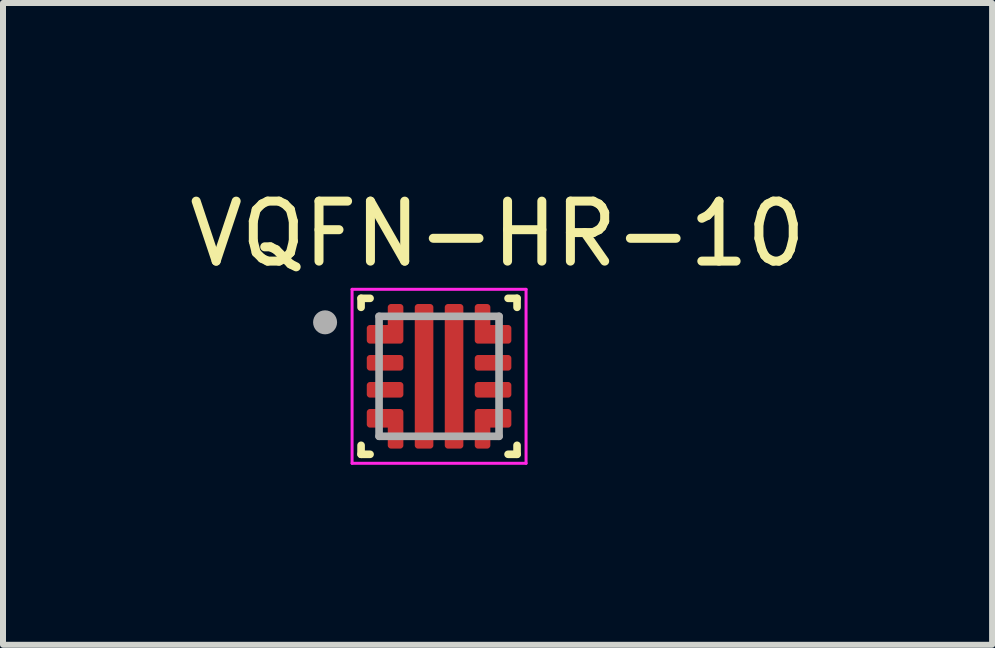
<source format=kicad_pcb>
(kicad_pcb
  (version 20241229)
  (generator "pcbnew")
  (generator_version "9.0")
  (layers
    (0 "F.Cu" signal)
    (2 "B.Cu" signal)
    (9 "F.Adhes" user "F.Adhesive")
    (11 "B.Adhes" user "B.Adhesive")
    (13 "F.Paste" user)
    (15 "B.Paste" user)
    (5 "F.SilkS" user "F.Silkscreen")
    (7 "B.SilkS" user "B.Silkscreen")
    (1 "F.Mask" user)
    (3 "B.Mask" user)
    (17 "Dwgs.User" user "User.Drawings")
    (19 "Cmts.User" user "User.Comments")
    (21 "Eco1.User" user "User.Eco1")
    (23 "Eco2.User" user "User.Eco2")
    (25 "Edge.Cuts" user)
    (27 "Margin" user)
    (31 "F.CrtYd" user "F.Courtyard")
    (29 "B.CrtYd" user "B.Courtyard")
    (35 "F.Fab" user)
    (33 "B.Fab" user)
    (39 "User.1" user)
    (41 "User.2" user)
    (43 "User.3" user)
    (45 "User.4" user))
  (footprint "VQFN-HR-10"
    (layer "F.Cu")
    (at 4.269 3.223)
    (property "Reference" "VQFN-HR-10" (at 0.975 -2.375 0) (layer "F.SilkS") (effects (font (size 1 1) (thickness 0.15))))
    (attr smd)
    (fp_poly (pts (xy -1.15 -0.4) (xy -1.155 -0.4) (xy -1.16 -0.399) (xy -1.166 -0.399) (xy -1.171 -0.398) (xy -1.176 -0.397) (xy -1.181 -0.395) (xy -1.186 -0.393) (xy -1.191 -0.391) (xy -1.195 -0.389) (xy -1.2 -0.387) (xy -1.204 -0.384) (xy -1.209 -0.381) (xy -1.213 -0.378) (xy -1.217 -0.374) (xy -1.221 -0.371) (xy -1.224 -0.367) (xy -1.228 -0.363) (xy -1.231 -0.359) (xy -1.234 -0.354) (xy -1.237 -0.35) (xy -1.239 -0.345) (xy -1.241 -0.341) (xy -1.243 -0.336) (xy -1.245 -0.331) (xy -1.247 -0.326) (xy -1.248 -0.321) (xy -1.249 -0.316) (xy -1.249 -0.31) (xy -1.25 -0.305) (xy -1.25 -0.3) (xy -1.25 -0.15) (xy -1.25 -0.145) (xy -1.249 -0.14) (xy -1.249 -0.134) (xy -1.248 -0.129) (xy -1.247 -0.124) (xy -1.245 -0.119) (xy -1.243 -0.114) (xy -1.241 -0.109) (xy -1.239 -0.105) (xy -1.237 -0.1) (xy -1.234 -0.096) (xy -1.231 -0.091) (xy -1.228 -0.087) (xy -1.224 -0.083) (xy -1.221 -0.079) (xy -1.217 -0.076) (xy -1.213 -0.072) (xy -1.209 -0.069) (xy -1.204 -0.066) (xy -1.2 -0.063) (xy -1.195 -0.061) (xy -1.191 -0.059) (xy -1.186 -0.057) (xy -1.181 -0.055) (xy -1.176 -0.053) (xy -1.171 -0.052) (xy -1.166 -0.051) (xy -1.16 -0.051) (xy -1.155 -0.05) (xy -1.15 -0.05) (xy -0.65 -0.05) (xy -0.645 -0.05) (xy -0.64 -0.051) (xy -0.634 -0.051) (xy -0.629 -0.052) (xy -0.624 -0.053) (xy -0.619 -0.055) (xy -0.614 -0.057) (xy -0.609 -0.059) (xy -0.605 -0.061) (xy -0.6 -0.063) (xy -0.596 -0.066) (xy -0.591 -0.069) (xy -0.587 -0.072) (xy -0.583 -0.076) (xy -0.579 -0.079) (xy -0.576 -0.083) (xy -0.572 -0.087) (xy -0.569 -0.091) (xy -0.566 -0.096) (xy -0.563 -0.1) (xy -0.561 -0.105) (xy -0.559 -0.109) (xy -0.557 -0.114) (xy -0.555 -0.119) (xy -0.553 -0.124) (xy -0.552 -0.129) (xy -0.551 -0.134) (xy -0.551 -0.14) (xy -0.55 -0.145) (xy -0.55 -0.15) (xy -0.55 -0.3) (xy -0.55 -0.305) (xy -0.551 -0.31) (xy -0.551 -0.316) (xy -0.552 -0.321) (xy -0.553 -0.326) (xy -0.555 -0.331) (xy -0.557 -0.336) (xy -0.559 -0.341) (xy -0.561 -0.345) (xy -0.563 -0.35) (xy -0.566 -0.354) (xy -0.569 -0.359) (xy -0.572 -0.363) (xy -0.576 -0.367) (xy -0.579 -0.371) (xy -0.583 -0.374) (xy -0.587 -0.378) (xy -0.591 -0.381) (xy -0.596 -0.384) (xy -0.6 -0.387) (xy -0.605 -0.389) (xy -0.609 -0.391) (xy -0.614 -0.393) (xy -0.619 -0.395) (xy -0.624 -0.397) (xy -0.629 -0.398) (xy -0.634 -0.399) (xy -0.64 -0.399) (xy -0.645 -0.4) (xy -0.65 -0.4) (xy -1.15 -0.4)) (stroke (width 0.01) (type solid)) (fill yes) (layer "F.Mask"))
    (fp_poly (pts (xy -1.15 0.05) (xy -1.155 0.05) (xy -1.16 0.051) (xy -1.166 0.051) (xy -1.171 0.052) (xy -1.176 0.053) (xy -1.181 0.055) (xy -1.186 0.057) (xy -1.191 0.059) (xy -1.195 0.061) (xy -1.2 0.063) (xy -1.204 0.066) (xy -1.209 0.069) (xy -1.213 0.072) (xy -1.217 0.076) (xy -1.221 0.079) (xy -1.224 0.083) (xy -1.228 0.087) (xy -1.231 0.091) (xy -1.234 0.096) (xy -1.237 0.1) (xy -1.239 0.105) (xy -1.241 0.109) (xy -1.243 0.114) (xy -1.245 0.119) (xy -1.247 0.124) (xy -1.248 0.129) (xy -1.249 0.134) (xy -1.249 0.14) (xy -1.25 0.145) (xy -1.25 0.15) (xy -1.25 0.3) (xy -1.25 0.305) (xy -1.249 0.31) (xy -1.249 0.316) (xy -1.248 0.321) (xy -1.247 0.326) (xy -1.245 0.331) (xy -1.243 0.336) (xy -1.241 0.341) (xy -1.239 0.345) (xy -1.237 0.35) (xy -1.234 0.354) (xy -1.231 0.359) (xy -1.228 0.363) (xy -1.224 0.367) (xy -1.221 0.371) (xy -1.217 0.374) (xy -1.213 0.378) (xy -1.209 0.381) (xy -1.204 0.384) (xy -1.2 0.387) (xy -1.195 0.389) (xy -1.191 0.391) (xy -1.186 0.393) (xy -1.181 0.395) (xy -1.176 0.397) (xy -1.171 0.398) (xy -1.166 0.399) (xy -1.16 0.399) (xy -1.155 0.4) (xy -1.15 0.4) (xy -0.65 0.4) (xy -0.645 0.4) (xy -0.64 0.399) (xy -0.634 0.399) (xy -0.629 0.398) (xy -0.624 0.397) (xy -0.619 0.395) (xy -0.614 0.393) (xy -0.609 0.391) (xy -0.605 0.389) (xy -0.6 0.387) (xy -0.596 0.384) (xy -0.591 0.381) (xy -0.587 0.378) (xy -0.583 0.374) (xy -0.579 0.371) (xy -0.576 0.367) (xy -0.572 0.363) (xy -0.569 0.359) (xy -0.566 0.354) (xy -0.563 0.35) (xy -0.561 0.345) (xy -0.559 0.341) (xy -0.557 0.336) (xy -0.555 0.331) (xy -0.553 0.326) (xy -0.552 0.321) (xy -0.551 0.316) (xy -0.551 0.31) (xy -0.55 0.305) (xy -0.55 0.3) (xy -0.55 0.15) (xy -0.55 0.145) (xy -0.551 0.14) (xy -0.551 0.134) (xy -0.552 0.129) (xy -0.553 0.124) (xy -0.555 0.119) (xy -0.557 0.114) (xy -0.559 0.109) (xy -0.561 0.105) (xy -0.563 0.1) (xy -0.566 0.096) (xy -0.569 0.091) (xy -0.572 0.087) (xy -0.576 0.083) (xy -0.579 0.079) (xy -0.583 0.076) (xy -0.587 0.072) (xy -0.591 0.069) (xy -0.596 0.066) (xy -0.6 0.063) (xy -0.605 0.061) (xy -0.609 0.059) (xy -0.614 0.057) (xy -0.619 0.055) (xy -0.624 0.053) (xy -0.629 0.052) (xy -0.634 0.051) (xy -0.64 0.051) (xy -0.645 0.05) (xy -0.65 0.05) (xy -1.15 0.05)) (stroke (width 0.01) (type solid)) (fill yes) (layer "F.Mask"))
    (fp_poly (pts (xy -0.35 -1.25) (xy -0.355 -1.25) (xy -0.36 -1.249) (xy -0.366 -1.249) (xy -0.371 -1.248) (xy -0.376 -1.247) (xy -0.381 -1.245) (xy -0.386 -1.243) (xy -0.391 -1.241) (xy -0.395 -1.239) (xy -0.4 -1.237) (xy -0.404 -1.234) (xy -0.409 -1.231) (xy -0.413 -1.228) (xy -0.417 -1.224) (xy -0.421 -1.221) (xy -0.424 -1.217) (xy -0.428 -1.213) (xy -0.431 -1.209) (xy -0.434 -1.204) (xy -0.437 -1.2) (xy -0.439 -1.195) (xy -0.441 -1.191) (xy -0.443 -1.186) (xy -0.445 -1.181) (xy -0.447 -1.176) (xy -0.448 -1.171) (xy -0.449 -1.166) (xy -0.449 -1.16) (xy -0.45 -1.155) (xy -0.45 -1.15) (xy -0.45 1.15) (xy -0.45 1.155) (xy -0.449 1.16) (xy -0.449 1.166) (xy -0.448 1.171) (xy -0.447 1.176) (xy -0.445 1.181) (xy -0.443 1.186) (xy -0.441 1.191) (xy -0.439 1.195) (xy -0.437 1.2) (xy -0.434 1.204) (xy -0.431 1.209) (xy -0.428 1.213) (xy -0.424 1.217) (xy -0.421 1.221) (xy -0.417 1.224) (xy -0.413 1.228) (xy -0.409 1.231) (xy -0.404 1.234) (xy -0.4 1.237) (xy -0.395 1.239) (xy -0.391 1.241) (xy -0.386 1.243) (xy -0.381 1.245) (xy -0.376 1.247) (xy -0.371 1.248) (xy -0.366 1.249) (xy -0.36 1.249) (xy -0.355 1.25) (xy -0.35 1.25) (xy -0.15 1.25) (xy -0.145 1.25) (xy -0.14 1.249) (xy -0.134 1.249) (xy -0.129 1.248) (xy -0.124 1.247) (xy -0.119 1.245) (xy -0.114 1.243) (xy -0.109 1.241) (xy -0.105 1.239) (xy -0.1 1.237) (xy -0.096 1.234) (xy -0.091 1.231) (xy -0.087 1.228) (xy -0.083 1.224) (xy -0.079 1.221) (xy -0.076 1.217) (xy -0.072 1.213) (xy -0.069 1.209) (xy -0.066 1.204) (xy -0.063 1.2) (xy -0.061 1.195) (xy -0.059 1.191) (xy -0.057 1.186) (xy -0.055 1.181) (xy -0.053 1.176) (xy -0.052 1.171) (xy -0.051 1.166) (xy -0.051 1.16) (xy -0.05 1.155) (xy -0.05 1.15) (xy -0.05 -1.15) (xy -0.05 -1.155) (xy -0.051 -1.16) (xy -0.051 -1.166) (xy -0.052 -1.171) (xy -0.053 -1.176) (xy -0.055 -1.181) (xy -0.057 -1.186) (xy -0.059 -1.191) (xy -0.061 -1.195) (xy -0.063 -1.2) (xy -0.066 -1.204) (xy -0.069 -1.209) (xy -0.072 -1.213) (xy -0.076 -1.217) (xy -0.079 -1.221) (xy -0.083 -1.224) (xy -0.087 -1.228) (xy -0.091 -1.231) (xy -0.096 -1.234) (xy -0.1 -1.237) (xy -0.105 -1.239) (xy -0.109 -1.241) (xy -0.114 -1.243) (xy -0.119 -1.245) (xy -0.124 -1.247) (xy -0.129 -1.248) (xy -0.134 -1.249) (xy -0.14 -1.249) (xy -0.145 -1.25) (xy -0.15 -1.25) (xy -0.35 -1.25)) (stroke (width 0.01) (type solid)) (fill yes) (layer "F.Mask"))
    (fp_poly (pts (xy 0.15 -1.25) (xy 0.145 -1.25) (xy 0.14 -1.249) (xy 0.134 -1.249) (xy 0.129 -1.248) (xy 0.124 -1.247) (xy 0.119 -1.245) (xy 0.114 -1.243) (xy 0.109 -1.241) (xy 0.105 -1.239) (xy 0.1 -1.237) (xy 0.096 -1.234) (xy 0.091 -1.231) (xy 0.087 -1.228) (xy 0.083 -1.224) (xy 0.079 -1.221) (xy 0.076 -1.217) (xy 0.072 -1.213) (xy 0.069 -1.209) (xy 0.066 -1.204) (xy 0.063 -1.2) (xy 0.061 -1.195) (xy 0.059 -1.191) (xy 0.057 -1.186) (xy 0.055 -1.181) (xy 0.053 -1.176) (xy 0.052 -1.171) (xy 0.051 -1.166) (xy 0.051 -1.16) (xy 0.05 -1.155) (xy 0.05 -1.15) (xy 0.05 1.15) (xy 0.05 1.155) (xy 0.051 1.16) (xy 0.051 1.166) (xy 0.052 1.171) (xy 0.053 1.176) (xy 0.055 1.181) (xy 0.057 1.186) (xy 0.059 1.191) (xy 0.061 1.195) (xy 0.063 1.2) (xy 0.066 1.204) (xy 0.069 1.209) (xy 0.072 1.213) (xy 0.076 1.217) (xy 0.079 1.221) (xy 0.083 1.224) (xy 0.087 1.228) (xy 0.091 1.231) (xy 0.096 1.234) (xy 0.1 1.237) (xy 0.105 1.239) (xy 0.109 1.241) (xy 0.114 1.243) (xy 0.119 1.245) (xy 0.124 1.247) (xy 0.129 1.248) (xy 0.134 1.249) (xy 0.14 1.249) (xy 0.145 1.25) (xy 0.15 1.25) (xy 0.35 1.25) (xy 0.355 1.25) (xy 0.36 1.249) (xy 0.366 1.249) (xy 0.371 1.248) (xy 0.376 1.247) (xy 0.381 1.245) (xy 0.386 1.243) (xy 0.391 1.241) (xy 0.395 1.239) (xy 0.4 1.237) (xy 0.404 1.234) (xy 0.409 1.231) (xy 0.413 1.228) (xy 0.417 1.224) (xy 0.421 1.221) (xy 0.424 1.217) (xy 0.428 1.213) (xy 0.431 1.209) (xy 0.434 1.204) (xy 0.437 1.2) (xy 0.439 1.195) (xy 0.441 1.191) (xy 0.443 1.186) (xy 0.445 1.181) (xy 0.447 1.176) (xy 0.448 1.171) (xy 0.449 1.166) (xy 0.449 1.16) (xy 0.45 1.155) (xy 0.45 1.15) (xy 0.45 -1.15) (xy 0.45 -1.155) (xy 0.449 -1.16) (xy 0.449 -1.166) (xy 0.448 -1.171) (xy 0.447 -1.176) (xy 0.445 -1.181) (xy 0.443 -1.186) (xy 0.441 -1.191) (xy 0.439 -1.195) (xy 0.437 -1.2) (xy 0.434 -1.204) (xy 0.431 -1.209) (xy 0.428 -1.213) (xy 0.424 -1.217) (xy 0.421 -1.221) (xy 0.417 -1.224) (xy 0.413 -1.228) (xy 0.409 -1.231) (xy 0.404 -1.234) (xy 0.4 -1.237) (xy 0.395 -1.239) (xy 0.391 -1.241) (xy 0.386 -1.243) (xy 0.381 -1.245) (xy 0.376 -1.247) (xy 0.371 -1.248) (xy 0.366 -1.249) (xy 0.36 -1.249) (xy 0.355 -1.25) (xy 0.35 -1.25) (xy 0.15 -1.25)) (stroke (width 0.01) (type solid)) (fill yes) (layer "F.Mask"))
    (fp_poly (pts (xy 0.65 -0.4) (xy 0.645 -0.4) (xy 0.64 -0.399) (xy 0.634 -0.399) (xy 0.629 -0.398) (xy 0.624 -0.397) (xy 0.619 -0.395) (xy 0.614 -0.393) (xy 0.609 -0.391) (xy 0.605 -0.389) (xy 0.6 -0.387) (xy 0.596 -0.384) (xy 0.591 -0.381) (xy 0.587 -0.378) (xy 0.583 -0.374) (xy 0.579 -0.371) (xy 0.576 -0.367) (xy 0.572 -0.363) (xy 0.569 -0.359) (xy 0.566 -0.354) (xy 0.563 -0.35) (xy 0.561 -0.345) (xy 0.559 -0.341) (xy 0.557 -0.336) (xy 0.555 -0.331) (xy 0.553 -0.326) (xy 0.552 -0.321) (xy 0.551 -0.316) (xy 0.551 -0.31) (xy 0.55 -0.305) (xy 0.55 -0.3) (xy 0.55 -0.15) (xy 0.55 -0.145) (xy 0.551 -0.14) (xy 0.551 -0.134) (xy 0.552 -0.129) (xy 0.553 -0.124) (xy 0.555 -0.119) (xy 0.557 -0.114) (xy 0.559 -0.109) (xy 0.561 -0.105) (xy 0.563 -0.1) (xy 0.566 -0.096) (xy 0.569 -0.091) (xy 0.572 -0.087) (xy 0.576 -0.083) (xy 0.579 -0.079) (xy 0.583 -0.076) (xy 0.587 -0.072) (xy 0.591 -0.069) (xy 0.596 -0.066) (xy 0.6 -0.063) (xy 0.605 -0.061) (xy 0.609 -0.059) (xy 0.614 -0.057) (xy 0.619 -0.055) (xy 0.624 -0.053) (xy 0.629 -0.052) (xy 0.634 -0.051) (xy 0.64 -0.051) (xy 0.645 -0.05) (xy 0.65 -0.05) (xy 1.15 -0.05) (xy 1.155 -0.05) (xy 1.16 -0.051) (xy 1.166 -0.051) (xy 1.171 -0.052) (xy 1.176 -0.053) (xy 1.181 -0.055) (xy 1.186 -0.057) (xy 1.191 -0.059) (xy 1.195 -0.061) (xy 1.2 -0.063) (xy 1.204 -0.066) (xy 1.209 -0.069) (xy 1.213 -0.072) (xy 1.217 -0.076) (xy 1.221 -0.079) (xy 1.224 -0.083) (xy 1.228 -0.087) (xy 1.231 -0.091) (xy 1.234 -0.096) (xy 1.237 -0.1) (xy 1.239 -0.105) (xy 1.241 -0.109) (xy 1.243 -0.114) (xy 1.245 -0.119) (xy 1.247 -0.124) (xy 1.248 -0.129) (xy 1.249 -0.134) (xy 1.249 -0.14) (xy 1.25 -0.145) (xy 1.25 -0.15) (xy 1.25 -0.3) (xy 1.25 -0.305) (xy 1.249 -0.31) (xy 1.249 -0.316) (xy 1.248 -0.321) (xy 1.247 -0.326) (xy 1.245 -0.331) (xy 1.243 -0.336) (xy 1.241 -0.341) (xy 1.239 -0.345) (xy 1.237 -0.35) (xy 1.234 -0.354) (xy 1.231 -0.359) (xy 1.228 -0.363) (xy 1.224 -0.367) (xy 1.221 -0.371) (xy 1.217 -0.374) (xy 1.213 -0.378) (xy 1.209 -0.381) (xy 1.204 -0.384) (xy 1.2 -0.387) (xy 1.195 -0.389) (xy 1.191 -0.391) (xy 1.186 -0.393) (xy 1.181 -0.395) (xy 1.176 -0.397) (xy 1.171 -0.398) (xy 1.166 -0.399) (xy 1.16 -0.399) (xy 1.155 -0.4) (xy 1.15 -0.4) (xy 0.65 -0.4)) (stroke (width 0.01) (type solid)) (fill yes) (layer "F.Mask"))
    (fp_poly (pts (xy 0.65 0.05) (xy 0.645 0.05) (xy 0.64 0.051) (xy 0.634 0.051) (xy 0.629 0.052) (xy 0.624 0.053) (xy 0.619 0.055) (xy 0.614 0.057) (xy 0.609 0.059) (xy 0.605 0.061) (xy 0.6 0.063) (xy 0.596 0.066) (xy 0.591 0.069) (xy 0.587 0.072) (xy 0.583 0.076) (xy 0.579 0.079) (xy 0.576 0.083) (xy 0.572 0.087) (xy 0.569 0.091) (xy 0.566 0.096) (xy 0.563 0.1) (xy 0.561 0.105) (xy 0.559 0.109) (xy 0.557 0.114) (xy 0.555 0.119) (xy 0.553 0.124) (xy 0.552 0.129) (xy 0.551 0.134) (xy 0.551 0.14) (xy 0.55 0.145) (xy 0.55 0.15) (xy 0.55 0.3) (xy 0.55 0.305) (xy 0.551 0.31) (xy 0.551 0.316) (xy 0.552 0.321) (xy 0.553 0.326) (xy 0.555 0.331) (xy 0.557 0.336) (xy 0.559 0.341) (xy 0.561 0.345) (xy 0.563 0.35) (xy 0.566 0.354) (xy 0.569 0.359) (xy 0.572 0.363) (xy 0.576 0.367) (xy 0.579 0.371) (xy 0.583 0.374) (xy 0.587 0.378) (xy 0.591 0.381) (xy 0.596 0.384) (xy 0.6 0.387) (xy 0.605 0.389) (xy 0.609 0.391) (xy 0.614 0.393) (xy 0.619 0.395) (xy 0.624 0.397) (xy 0.629 0.398) (xy 0.634 0.399) (xy 0.64 0.399) (xy 0.645 0.4) (xy 0.65 0.4) (xy 1.15 0.4) (xy 1.155 0.4) (xy 1.16 0.399) (xy 1.166 0.399) (xy 1.171 0.398) (xy 1.176 0.397) (xy 1.181 0.395) (xy 1.186 0.393) (xy 1.191 0.391) (xy 1.195 0.389) (xy 1.2 0.387) (xy 1.204 0.384) (xy 1.209 0.381) (xy 1.213 0.378) (xy 1.217 0.374) (xy 1.221 0.371) (xy 1.224 0.367) (xy 1.228 0.363) (xy 1.231 0.359) (xy 1.234 0.354) (xy 1.237 0.35) (xy 1.239 0.345) (xy 1.241 0.341) (xy 1.243 0.336) (xy 1.245 0.331) (xy 1.247 0.326) (xy 1.248 0.321) (xy 1.249 0.316) (xy 1.249 0.31) (xy 1.25 0.305) (xy 1.25 0.3) (xy 1.25 0.15) (xy 1.25 0.145) (xy 1.249 0.14) (xy 1.249 0.134) (xy 1.248 0.129) (xy 1.247 0.124) (xy 1.245 0.119) (xy 1.243 0.114) (xy 1.241 0.109) (xy 1.239 0.105) (xy 1.237 0.1) (xy 1.234 0.096) (xy 1.231 0.091) (xy 1.228 0.087) (xy 1.224 0.083) (xy 1.221 0.079) (xy 1.217 0.076) (xy 1.213 0.072) (xy 1.209 0.069) (xy 1.204 0.066) (xy 1.2 0.063) (xy 1.195 0.061) (xy 1.191 0.059) (xy 1.186 0.057) (xy 1.181 0.055) (xy 1.176 0.053) (xy 1.171 0.052) (xy 1.166 0.051) (xy 1.16 0.051) (xy 1.155 0.05) (xy 1.15 0.05) (xy 0.65 0.05)) (stroke (width 0.01) (type solid)) (fill yes) (layer "F.Mask"))
    (fp_poly (pts (xy -1.15 -0.9) (xy -1.155 -0.9) (xy -1.16 -0.899) (xy -1.166 -0.899) (xy -1.171 -0.898) (xy -1.176 -0.897) (xy -1.181 -0.895) (xy -1.186 -0.893) (xy -1.191 -0.891) (xy -1.195 -0.889) (xy -1.2 -0.887) (xy -1.204 -0.884) (xy -1.209 -0.881) (xy -1.213 -0.878) (xy -1.217 -0.874) (xy -1.221 -0.871) (xy -1.224 -0.867) (xy -1.228 -0.863) (xy -1.231 -0.859) (xy -1.234 -0.854) (xy -1.237 -0.85) (xy -1.239 -0.845) (xy -1.241 -0.841) (xy -1.243 -0.836) (xy -1.245 -0.831) (xy -1.247 -0.826) (xy -1.248 -0.821) (xy -1.249 -0.816) (xy -1.249 -0.81) (xy -1.25 -0.805) (xy -1.25 -0.8) (xy -1.25 -0.6) (xy -1.25 -0.595) (xy -1.249 -0.59) (xy -1.249 -0.584) (xy -1.248 -0.579) (xy -1.247 -0.574) (xy -1.245 -0.569) (xy -1.243 -0.564) (xy -1.241 -0.559) (xy -1.239 -0.555) (xy -1.237 -0.55) (xy -1.234 -0.546) (xy -1.231 -0.541) (xy -1.228 -0.537) (xy -1.224 -0.533) (xy -1.221 -0.529) (xy -1.217 -0.526) (xy -1.213 -0.522) (xy -1.209 -0.519) (xy -1.204 -0.516) (xy -1.2 -0.513) (xy -1.195 -0.511) (xy -1.191 -0.509) (xy -1.186 -0.507) (xy -1.181 -0.505) (xy -1.176 -0.503) (xy -1.171 -0.502) (xy -1.166 -0.501) (xy -1.16 -0.501) (xy -1.155 -0.5) (xy -1.15 -0.5) (xy -0.65 -0.5) (xy -0.645 -0.5) (xy -0.64 -0.501) (xy -0.634 -0.501) (xy -0.629 -0.502) (xy -0.624 -0.503) (xy -0.619 -0.505) (xy -0.614 -0.507) (xy -0.609 -0.509) (xy -0.605 -0.511) (xy -0.6 -0.513) (xy -0.596 -0.516) (xy -0.591 -0.519) (xy -0.587 -0.522) (xy -0.583 -0.526) (xy -0.579 -0.529) (xy -0.576 -0.533) (xy -0.572 -0.537) (xy -0.569 -0.541) (xy -0.566 -0.546) (xy -0.563 -0.55) (xy -0.561 -0.555) (xy -0.559 -0.559) (xy -0.557 -0.564) (xy -0.555 -0.569) (xy -0.553 -0.574) (xy -0.552 -0.579) (xy -0.551 -0.584) (xy -0.551 -0.59) (xy -0.55 -0.595) (xy -0.55 -0.6) (xy -0.55 -1.15) (xy -0.55 -1.155) (xy -0.551 -1.16) (xy -0.551 -1.166) (xy -0.552 -1.171) (xy -0.553 -1.176) (xy -0.555 -1.181) (xy -0.557 -1.186) (xy -0.559 -1.191) (xy -0.561 -1.195) (xy -0.563 -1.2) (xy -0.566 -1.204) (xy -0.569 -1.209) (xy -0.572 -1.213) (xy -0.576 -1.217) (xy -0.579 -1.221) (xy -0.583 -1.224) (xy -0.587 -1.228) (xy -0.591 -1.231) (xy -0.596 -1.234) (xy -0.6 -1.237) (xy -0.605 -1.239) (xy -0.609 -1.241) (xy -0.614 -1.243) (xy -0.619 -1.245) (xy -0.624 -1.247) (xy -0.629 -1.248) (xy -0.634 -1.249) (xy -0.64 -1.249) (xy -0.645 -1.25) (xy -0.65 -1.25) (xy -0.8 -1.25) (xy -0.805 -1.25) (xy -0.81 -1.249) (xy -0.816 -1.249) (xy -0.821 -1.248) (xy -0.826 -1.247) (xy -0.831 -1.245) (xy -0.836 -1.243) (xy -0.841 -1.241) (xy -0.845 -1.239) (xy -0.85 -1.237) (xy -0.854 -1.234) (xy -0.859 -1.231) (xy -0.863 -1.228) (xy -0.867 -1.224) (xy -0.871 -1.221) (xy -0.874 -1.217) (xy -0.878 -1.213) (xy -0.881 -1.209) (xy -0.884 -1.204) (xy -0.887 -1.2) (xy -0.889 -1.195) (xy -0.891 -1.191) (xy -0.893 -1.186) (xy -0.895 -1.181) (xy -0.897 -1.176) (xy -0.898 -1.171) (xy -0.899 -1.166) (xy -0.899 -1.16) (xy -0.9 -1.155) (xy -0.9 -1.15) (xy -0.9 -0.9) (xy -1.15 -0.9)) (stroke (width 0.01) (type solid)) (fill yes) (layer "F.Mask"))
    (fp_poly (pts (xy -1.15 0.9) (xy -1.155 0.9) (xy -1.16 0.899) (xy -1.166 0.899) (xy -1.171 0.898) (xy -1.176 0.897) (xy -1.181 0.895) (xy -1.186 0.893) (xy -1.191 0.891) (xy -1.195 0.889) (xy -1.2 0.887) (xy -1.204 0.884) (xy -1.209 0.881) (xy -1.213 0.878) (xy -1.217 0.874) (xy -1.221 0.871) (xy -1.224 0.867) (xy -1.228 0.863) (xy -1.231 0.859) (xy -1.234 0.854) (xy -1.237 0.85) (xy -1.239 0.845) (xy -1.241 0.841) (xy -1.243 0.836) (xy -1.245 0.831) (xy -1.247 0.826) (xy -1.248 0.821) (xy -1.249 0.816) (xy -1.249 0.81) (xy -1.25 0.805) (xy -1.25 0.8) (xy -1.25 0.6) (xy -1.25 0.595) (xy -1.249 0.59) (xy -1.249 0.584) (xy -1.248 0.579) (xy -1.247 0.574) (xy -1.245 0.569) (xy -1.243 0.564) (xy -1.241 0.559) (xy -1.239 0.555) (xy -1.237 0.55) (xy -1.234 0.546) (xy -1.231 0.541) (xy -1.228 0.537) (xy -1.224 0.533) (xy -1.221 0.529) (xy -1.217 0.526) (xy -1.213 0.522) (xy -1.209 0.519) (xy -1.204 0.516) (xy -1.2 0.513) (xy -1.195 0.511) (xy -1.191 0.509) (xy -1.186 0.507) (xy -1.181 0.505) (xy -1.176 0.503) (xy -1.171 0.502) (xy -1.166 0.501) (xy -1.16 0.501) (xy -1.155 0.5) (xy -1.15 0.5) (xy -0.65 0.5) (xy -0.645 0.5) (xy -0.64 0.501) (xy -0.634 0.501) (xy -0.629 0.502) (xy -0.624 0.503) (xy -0.619 0.505) (xy -0.614 0.507) (xy -0.609 0.509) (xy -0.605 0.511) (xy -0.6 0.513) (xy -0.596 0.516) (xy -0.591 0.519) (xy -0.587 0.522) (xy -0.583 0.526) (xy -0.579 0.529) (xy -0.576 0.533) (xy -0.572 0.537) (xy -0.569 0.541) (xy -0.566 0.546) (xy -0.563 0.55) (xy -0.561 0.555) (xy -0.559 0.559) (xy -0.557 0.564) (xy -0.555 0.569) (xy -0.553 0.574) (xy -0.552 0.579) (xy -0.551 0.584) (xy -0.551 0.59) (xy -0.55 0.595) (xy -0.55 0.6) (xy -0.55 1.15) (xy -0.55 1.155) (xy -0.551 1.16) (xy -0.551 1.166) (xy -0.552 1.171) (xy -0.553 1.176) (xy -0.555 1.181) (xy -0.557 1.186) (xy -0.559 1.191) (xy -0.561 1.195) (xy -0.563 1.2) (xy -0.566 1.204) (xy -0.569 1.209) (xy -0.572 1.213) (xy -0.576 1.217) (xy -0.579 1.221) (xy -0.583 1.224) (xy -0.587 1.228) (xy -0.591 1.231) (xy -0.596 1.234) (xy -0.6 1.237) (xy -0.605 1.239) (xy -0.609 1.241) (xy -0.614 1.243) (xy -0.619 1.245) (xy -0.624 1.247) (xy -0.629 1.248) (xy -0.634 1.249) (xy -0.64 1.249) (xy -0.645 1.25) (xy -0.65 1.25) (xy -0.8 1.25) (xy -0.805 1.25) (xy -0.81 1.249) (xy -0.816 1.249) (xy -0.821 1.248) (xy -0.826 1.247) (xy -0.831 1.245) (xy -0.836 1.243) (xy -0.841 1.241) (xy -0.845 1.239) (xy -0.85 1.237) (xy -0.854 1.234) (xy -0.859 1.231) (xy -0.863 1.228) (xy -0.867 1.224) (xy -0.871 1.221) (xy -0.874 1.217) (xy -0.878 1.213) (xy -0.881 1.209) (xy -0.884 1.204) (xy -0.887 1.2) (xy -0.889 1.195) (xy -0.891 1.191) (xy -0.893 1.186) (xy -0.895 1.181) (xy -0.897 1.176) (xy -0.898 1.171) (xy -0.899 1.166) (xy -0.899 1.16) (xy -0.9 1.155) (xy -0.9 1.15) (xy -0.9 0.9) (xy -1.15 0.9)) (stroke (width 0.01) (type solid)) (fill yes) (layer "F.Mask"))
    (fp_poly (pts (xy 1.15 -0.9) (xy 1.155 -0.9) (xy 1.16 -0.899) (xy 1.166 -0.899) (xy 1.171 -0.898) (xy 1.176 -0.897) (xy 1.181 -0.895) (xy 1.186 -0.893) (xy 1.191 -0.891) (xy 1.195 -0.889) (xy 1.2 -0.887) (xy 1.204 -0.884) (xy 1.209 -0.881) (xy 1.213 -0.878) (xy 1.217 -0.874) (xy 1.221 -0.871) (xy 1.224 -0.867) (xy 1.228 -0.863) (xy 1.231 -0.859) (xy 1.234 -0.854) (xy 1.237 -0.85) (xy 1.239 -0.845) (xy 1.241 -0.841) (xy 1.243 -0.836) (xy 1.245 -0.831) (xy 1.247 -0.826) (xy 1.248 -0.821) (xy 1.249 -0.816) (xy 1.249 -0.81) (xy 1.25 -0.805) (xy 1.25 -0.8) (xy 1.25 -0.6) (xy 1.25 -0.595) (xy 1.249 -0.59) (xy 1.249 -0.584) (xy 1.248 -0.579) (xy 1.247 -0.574) (xy 1.245 -0.569) (xy 1.243 -0.564) (xy 1.241 -0.559) (xy 1.239 -0.555) (xy 1.237 -0.55) (xy 1.234 -0.546) (xy 1.231 -0.541) (xy 1.228 -0.537) (xy 1.224 -0.533) (xy 1.221 -0.529) (xy 1.217 -0.526) (xy 1.213 -0.522) (xy 1.209 -0.519) (xy 1.204 -0.516) (xy 1.2 -0.513) (xy 1.195 -0.511) (xy 1.191 -0.509) (xy 1.186 -0.507) (xy 1.181 -0.505) (xy 1.176 -0.503) (xy 1.171 -0.502) (xy 1.166 -0.501) (xy 1.16 -0.501) (xy 1.155 -0.5) (xy 1.15 -0.5) (xy 0.65 -0.5) (xy 0.645 -0.5) (xy 0.64 -0.501) (xy 0.634 -0.501) (xy 0.629 -0.502) (xy 0.624 -0.503) (xy 0.619 -0.505) (xy 0.614 -0.507) (xy 0.609 -0.509) (xy 0.605 -0.511) (xy 0.6 -0.513) (xy 0.596 -0.516) (xy 0.591 -0.519) (xy 0.587 -0.522) (xy 0.583 -0.526) (xy 0.579 -0.529) (xy 0.576 -0.533) (xy 0.572 -0.537) (xy 0.569 -0.541) (xy 0.566 -0.546) (xy 0.563 -0.55) (xy 0.561 -0.555) (xy 0.559 -0.559) (xy 0.557 -0.564) (xy 0.555 -0.569) (xy 0.553 -0.574) (xy 0.552 -0.579) (xy 0.551 -0.584) (xy 0.551 -0.59) (xy 0.55 -0.595) (xy 0.55 -0.6) (xy 0.55 -1.15) (xy 0.55 -1.155) (xy 0.551 -1.16) (xy 0.551 -1.166) (xy 0.552 -1.171) (xy 0.553 -1.176) (xy 0.555 -1.181) (xy 0.557 -1.186) (xy 0.559 -1.191) (xy 0.561 -1.195) (xy 0.563 -1.2) (xy 0.566 -1.204) (xy 0.569 -1.209) (xy 0.572 -1.213) (xy 0.576 -1.217) (xy 0.579 -1.221) (xy 0.583 -1.224) (xy 0.587 -1.228) (xy 0.591 -1.231) (xy 0.596 -1.234) (xy 0.6 -1.237) (xy 0.605 -1.239) (xy 0.609 -1.241) (xy 0.614 -1.243) (xy 0.619 -1.245) (xy 0.624 -1.247) (xy 0.629 -1.248) (xy 0.634 -1.249) (xy 0.64 -1.249) (xy 0.645 -1.25) (xy 0.65 -1.25) (xy 0.8 -1.25) (xy 0.805 -1.25) (xy 0.81 -1.249) (xy 0.816 -1.249) (xy 0.821 -1.248) (xy 0.826 -1.247) (xy 0.831 -1.245) (xy 0.836 -1.243) (xy 0.841 -1.241) (xy 0.845 -1.239) (xy 0.85 -1.237) (xy 0.854 -1.234) (xy 0.859 -1.231) (xy 0.863 -1.228) (xy 0.867 -1.224) (xy 0.871 -1.221) (xy 0.874 -1.217) (xy 0.878 -1.213) (xy 0.881 -1.209) (xy 0.884 -1.204) (xy 0.887 -1.2) (xy 0.889 -1.195) (xy 0.891 -1.191) (xy 0.893 -1.186) (xy 0.895 -1.181) (xy 0.897 -1.176) (xy 0.898 -1.171) (xy 0.899 -1.166) (xy 0.899 -1.16) (xy 0.9 -1.155) (xy 0.9 -1.15) (xy 0.9 -0.9) (xy 1.15 -0.9)) (stroke (width 0.01) (type solid)) (fill yes) (layer "F.Mask"))
    (fp_poly (pts (xy 1.15 0.9) (xy 1.155 0.9) (xy 1.16 0.899) (xy 1.166 0.899) (xy 1.171 0.898) (xy 1.176 0.897) (xy 1.181 0.895) (xy 1.186 0.893) (xy 1.191 0.891) (xy 1.195 0.889) (xy 1.2 0.887) (xy 1.204 0.884) (xy 1.209 0.881) (xy 1.213 0.878) (xy 1.217 0.874) (xy 1.221 0.871) (xy 1.224 0.867) (xy 1.228 0.863) (xy 1.231 0.859) (xy 1.234 0.854) (xy 1.237 0.85) (xy 1.239 0.845) (xy 1.241 0.841) (xy 1.243 0.836) (xy 1.245 0.831) (xy 1.247 0.826) (xy 1.248 0.821) (xy 1.249 0.816) (xy 1.249 0.81) (xy 1.25 0.805) (xy 1.25 0.8) (xy 1.25 0.6) (xy 1.25 0.595) (xy 1.249 0.59) (xy 1.249 0.584) (xy 1.248 0.579) (xy 1.247 0.574) (xy 1.245 0.569) (xy 1.243 0.564) (xy 1.241 0.559) (xy 1.239 0.555) (xy 1.237 0.55) (xy 1.234 0.546) (xy 1.231 0.541) (xy 1.228 0.537) (xy 1.224 0.533) (xy 1.221 0.529) (xy 1.217 0.526) (xy 1.213 0.522) (xy 1.209 0.519) (xy 1.204 0.516) (xy 1.2 0.513) (xy 1.195 0.511) (xy 1.191 0.509) (xy 1.186 0.507) (xy 1.181 0.505) (xy 1.176 0.503) (xy 1.171 0.502) (xy 1.166 0.501) (xy 1.16 0.501) (xy 1.155 0.5) (xy 1.15 0.5) (xy 0.65 0.5) (xy 0.645 0.5) (xy 0.64 0.501) (xy 0.634 0.501) (xy 0.629 0.502) (xy 0.624 0.503) (xy 0.619 0.505) (xy 0.614 0.507) (xy 0.609 0.509) (xy 0.605 0.511) (xy 0.6 0.513) (xy 0.596 0.516) (xy 0.591 0.519) (xy 0.587 0.522) (xy 0.583 0.526) (xy 0.579 0.529) (xy 0.576 0.533) (xy 0.572 0.537) (xy 0.569 0.541) (xy 0.566 0.546) (xy 0.563 0.55) (xy 0.561 0.555) (xy 0.559 0.559) (xy 0.557 0.564) (xy 0.555 0.569) (xy 0.553 0.574) (xy 0.552 0.579) (xy 0.551 0.584) (xy 0.551 0.59) (xy 0.55 0.595) (xy 0.55 0.6) (xy 0.55 1.15) (xy 0.55 1.155) (xy 0.551 1.16) (xy 0.551 1.166) (xy 0.552 1.171) (xy 0.553 1.176) (xy 0.555 1.181) (xy 0.557 1.186) (xy 0.559 1.191) (xy 0.561 1.195) (xy 0.563 1.2) (xy 0.566 1.204) (xy 0.569 1.209) (xy 0.572 1.213) (xy 0.576 1.217) (xy 0.579 1.221) (xy 0.583 1.224) (xy 0.587 1.228) (xy 0.591 1.231) (xy 0.596 1.234) (xy 0.6 1.237) (xy 0.605 1.239) (xy 0.609 1.241) (xy 0.614 1.243) (xy 0.619 1.245) (xy 0.624 1.247) (xy 0.629 1.248) (xy 0.634 1.249) (xy 0.64 1.249) (xy 0.645 1.25) (xy 0.65 1.25) (xy 0.8 1.25) (xy 0.805 1.25) (xy 0.81 1.249) (xy 0.816 1.249) (xy 0.821 1.248) (xy 0.826 1.247) (xy 0.831 1.245) (xy 0.836 1.243) (xy 0.841 1.241) (xy 0.845 1.239) (xy 0.85 1.237) (xy 0.854 1.234) (xy 0.859 1.231) (xy 0.863 1.228) (xy 0.867 1.224) (xy 0.871 1.221) (xy 0.874 1.217) (xy 0.878 1.213) (xy 0.881 1.209) (xy 0.884 1.204) (xy 0.887 1.2) (xy 0.889 1.195) (xy 0.891 1.191) (xy 0.893 1.186) (xy 0.895 1.181) (xy 0.897 1.176) (xy 0.898 1.171) (xy 0.899 1.166) (xy 0.899 1.16) (xy 0.9 1.155) (xy 0.9 1.15) (xy 0.9 0.9) (xy 1.15 0.9)) (stroke (width 0.01) (type solid)) (fill yes) (layer "F.Mask"))
    (fp_line (start -1.3 -1.3) (end -1.3 -1.15) (stroke (width 0.127) (type solid)) (layer "F.SilkS"))
    (fp_line (start -1.3 -1.3) (end -1.15 -1.3) (stroke (width 0.127) (type solid)) (layer "F.SilkS"))
    (fp_line (start -1.3 1.3) (end -1.3 1.15) (stroke (width 0.127) (type solid)) (layer "F.SilkS"))
    (fp_line (start -1.3 1.3) (end -1.15 1.3) (stroke (width 0.127) (type solid)) (layer "F.SilkS"))
    (fp_line (start 1.3 -1.3) (end 1.15 -1.3) (stroke (width 0.127) (type solid)) (layer "F.SilkS"))
    (fp_line (start 1.3 -1.3) (end 1.3 -1.15) (stroke (width 0.127) (type solid)) (layer "F.SilkS"))
    (fp_line (start 1.3 1.3) (end 1.15 1.3) (stroke (width 0.127) (type solid)) (layer "F.SilkS"))
    (fp_line (start 1.3 1.3) (end 1.3 1.15) (stroke (width 0.127) (type solid)) (layer "F.SilkS"))
    (fp_poly (pts (xy -1.15 -0.1) (xy -1.153 -0.1) (xy -1.155 -0.1) (xy -1.158 -0.101) (xy -1.16 -0.101) (xy -1.163 -0.102) (xy -1.165 -0.102) (xy -1.168 -0.103) (xy -1.17 -0.104) (xy -1.173 -0.105) (xy -1.175 -0.107) (xy -1.177 -0.108) (xy -1.179 -0.11) (xy -1.181 -0.111) (xy -1.183 -0.113) (xy -1.185 -0.115) (xy -1.187 -0.117) (xy -1.189 -0.119) (xy -1.19 -0.121) (xy -1.192 -0.123) (xy -1.193 -0.125) (xy -1.195 -0.127) (xy -1.196 -0.13) (xy -1.197 -0.132) (xy -1.198 -0.135) (xy -1.198 -0.137) (xy -1.199 -0.14) (xy -1.199 -0.142) (xy -1.2 -0.145) (xy -1.2 -0.147) (xy -1.2 -0.15) (xy -1.2 -0.3) (xy -1.2 -0.303) (xy -1.2 -0.305) (xy -1.199 -0.308) (xy -1.199 -0.31) (xy -1.198 -0.313) (xy -1.198 -0.315) (xy -1.197 -0.318) (xy -1.196 -0.32) (xy -1.195 -0.323) (xy -1.193 -0.325) (xy -1.192 -0.327) (xy -1.19 -0.329) (xy -1.189 -0.331) (xy -1.187 -0.333) (xy -1.185 -0.335) (xy -1.183 -0.337) (xy -1.181 -0.339) (xy -1.179 -0.34) (xy -1.177 -0.342) (xy -1.175 -0.343) (xy -1.173 -0.345) (xy -1.17 -0.346) (xy -1.168 -0.347) (xy -1.165 -0.348) (xy -1.163 -0.348) (xy -1.16 -0.349) (xy -1.158 -0.349) (xy -1.155 -0.35) (xy -1.153 -0.35) (xy -1.15 -0.35) (xy -0.65 -0.35) (xy -0.647 -0.35) (xy -0.645 -0.35) (xy -0.642 -0.349) (xy -0.64 -0.349) (xy -0.637 -0.348) (xy -0.635 -0.348) (xy -0.632 -0.347) (xy -0.63 -0.346) (xy -0.627 -0.345) (xy -0.625 -0.343) (xy -0.623 -0.342) (xy -0.621 -0.34) (xy -0.619 -0.339) (xy -0.617 -0.337) (xy -0.615 -0.335) (xy -0.613 -0.333) (xy -0.611 -0.331) (xy -0.61 -0.329) (xy -0.608 -0.327) (xy -0.607 -0.325) (xy -0.605 -0.323) (xy -0.604 -0.32) (xy -0.603 -0.318) (xy -0.602 -0.315) (xy -0.602 -0.313) (xy -0.601 -0.31) (xy -0.601 -0.308) (xy -0.6 -0.305) (xy -0.6 -0.303) (xy -0.6 -0.3) (xy -0.6 -0.15) (xy -0.6 -0.147) (xy -0.6 -0.145) (xy -0.601 -0.142) (xy -0.601 -0.14) (xy -0.602 -0.137) (xy -0.602 -0.135) (xy -0.603 -0.132) (xy -0.604 -0.13) (xy -0.605 -0.127) (xy -0.607 -0.125) (xy -0.608 -0.123) (xy -0.61 -0.121) (xy -0.611 -0.119) (xy -0.613 -0.117) (xy -0.615 -0.115) (xy -0.617 -0.113) (xy -0.619 -0.111) (xy -0.621 -0.11) (xy -0.623 -0.108) (xy -0.625 -0.107) (xy -0.627 -0.105) (xy -0.63 -0.104) (xy -0.632 -0.103) (xy -0.635 -0.102) (xy -0.637 -0.102) (xy -0.64 -0.101) (xy -0.642 -0.101) (xy -0.645 -0.1) (xy -0.647 -0.1) (xy -0.65 -0.1) (xy -1.15 -0.1)) (stroke (width 0.01) (type solid)) (fill yes) (layer "F.Paste"))
    (fp_poly (pts (xy -1.15 0.35) (xy -1.153 0.35) (xy -1.155 0.35) (xy -1.158 0.349) (xy -1.16 0.349) (xy -1.163 0.348) (xy -1.165 0.348) (xy -1.168 0.347) (xy -1.17 0.346) (xy -1.173 0.345) (xy -1.175 0.343) (xy -1.177 0.342) (xy -1.179 0.34) (xy -1.181 0.339) (xy -1.183 0.337) (xy -1.185 0.335) (xy -1.187 0.333) (xy -1.189 0.331) (xy -1.19 0.329) (xy -1.192 0.327) (xy -1.193 0.325) (xy -1.195 0.323) (xy -1.196 0.32) (xy -1.197 0.318) (xy -1.198 0.315) (xy -1.198 0.313) (xy -1.199 0.31) (xy -1.199 0.308) (xy -1.2 0.305) (xy -1.2 0.303) (xy -1.2 0.3) (xy -1.2 0.15) (xy -1.2 0.147) (xy -1.2 0.145) (xy -1.199 0.142) (xy -1.199 0.14) (xy -1.198 0.137) (xy -1.198 0.135) (xy -1.197 0.132) (xy -1.196 0.13) (xy -1.195 0.127) (xy -1.193 0.125) (xy -1.192 0.123) (xy -1.19 0.121) (xy -1.189 0.119) (xy -1.187 0.117) (xy -1.185 0.115) (xy -1.183 0.113) (xy -1.181 0.111) (xy -1.179 0.11) (xy -1.177 0.108) (xy -1.175 0.107) (xy -1.173 0.105) (xy -1.17 0.104) (xy -1.168 0.103) (xy -1.165 0.102) (xy -1.163 0.102) (xy -1.16 0.101) (xy -1.158 0.101) (xy -1.155 0.1) (xy -1.153 0.1) (xy -1.15 0.1) (xy -0.65 0.1) (xy -0.647 0.1) (xy -0.645 0.1) (xy -0.642 0.101) (xy -0.64 0.101) (xy -0.637 0.102) (xy -0.635 0.102) (xy -0.632 0.103) (xy -0.63 0.104) (xy -0.627 0.105) (xy -0.625 0.107) (xy -0.623 0.108) (xy -0.621 0.11) (xy -0.619 0.111) (xy -0.617 0.113) (xy -0.615 0.115) (xy -0.613 0.117) (xy -0.611 0.119) (xy -0.61 0.121) (xy -0.608 0.123) (xy -0.607 0.125) (xy -0.605 0.127) (xy -0.604 0.13) (xy -0.603 0.132) (xy -0.602 0.135) (xy -0.602 0.137) (xy -0.601 0.14) (xy -0.601 0.142) (xy -0.6 0.145) (xy -0.6 0.147) (xy -0.6 0.15) (xy -0.6 0.3) (xy -0.6 0.303) (xy -0.6 0.305) (xy -0.601 0.308) (xy -0.601 0.31) (xy -0.602 0.313) (xy -0.602 0.315) (xy -0.603 0.318) (xy -0.604 0.32) (xy -0.605 0.323) (xy -0.607 0.325) (xy -0.608 0.327) (xy -0.61 0.329) (xy -0.611 0.331) (xy -0.613 0.333) (xy -0.615 0.335) (xy -0.617 0.337) (xy -0.619 0.339) (xy -0.621 0.34) (xy -0.623 0.342) (xy -0.625 0.343) (xy -0.627 0.345) (xy -0.63 0.346) (xy -0.632 0.347) (xy -0.635 0.348) (xy -0.637 0.348) (xy -0.64 0.349) (xy -0.642 0.349) (xy -0.645 0.35) (xy -0.647 0.35) (xy -0.65 0.35) (xy -1.15 0.35)) (stroke (width 0.01) (type solid)) (fill yes) (layer "F.Paste"))
    (fp_poly (pts (xy -0.34 -1.16) (xy -0.343 -1.16) (xy -0.345 -1.16) (xy -0.348 -1.159) (xy -0.35 -1.159) (xy -0.353 -1.158) (xy -0.355 -1.158) (xy -0.358 -1.157) (xy -0.36 -1.156) (xy -0.363 -1.155) (xy -0.365 -1.153) (xy -0.367 -1.152) (xy -0.369 -1.15) (xy -0.371 -1.149) (xy -0.373 -1.147) (xy -0.375 -1.145) (xy -0.377 -1.143) (xy -0.379 -1.141) (xy -0.38 -1.139) (xy -0.382 -1.137) (xy -0.383 -1.135) (xy -0.385 -1.133) (xy -0.386 -1.13) (xy -0.387 -1.128) (xy -0.388 -1.125) (xy -0.388 -1.123) (xy -0.389 -1.12) (xy -0.389 -1.118) (xy -0.39 -1.115) (xy -0.39 -1.113) (xy -0.39 -1.11) (xy -0.39 -0.15) (xy -0.39 -0.147) (xy -0.39 -0.145) (xy -0.389 -0.142) (xy -0.389 -0.14) (xy -0.388 -0.137) (xy -0.388 -0.135) (xy -0.387 -0.132) (xy -0.386 -0.13) (xy -0.385 -0.127) (xy -0.383 -0.125) (xy -0.382 -0.123) (xy -0.38 -0.121) (xy -0.379 -0.119) (xy -0.377 -0.117) (xy -0.375 -0.115) (xy -0.373 -0.113) (xy -0.371 -0.111) (xy -0.369 -0.11) (xy -0.367 -0.108) (xy -0.365 -0.107) (xy -0.363 -0.105) (xy -0.36 -0.104) (xy -0.358 -0.103) (xy -0.355 -0.102) (xy -0.353 -0.102) (xy -0.35 -0.101) (xy -0.348 -0.101) (xy -0.345 -0.1) (xy -0.343 -0.1) (xy -0.34 -0.1) (xy -0.16 -0.1) (xy -0.157 -0.1) (xy -0.155 -0.1) (xy -0.152 -0.101) (xy -0.15 -0.101) (xy -0.147 -0.102) (xy -0.145 -0.102) (xy -0.142 -0.103) (xy -0.14 -0.104) (xy -0.137 -0.105) (xy -0.135 -0.107) (xy -0.133 -0.108) (xy -0.131 -0.11) (xy -0.129 -0.111) (xy -0.127 -0.113) (xy -0.125 -0.115) (xy -0.123 -0.117) (xy -0.121 -0.119) (xy -0.12 -0.121) (xy -0.118 -0.123) (xy -0.117 -0.125) (xy -0.115 -0.127) (xy -0.114 -0.13) (xy -0.113 -0.132) (xy -0.112 -0.135) (xy -0.112 -0.137) (xy -0.111 -0.14) (xy -0.111 -0.142) (xy -0.11 -0.145) (xy -0.11 -0.147) (xy -0.11 -0.15) (xy -0.11 -1.11) (xy -0.11 -1.113) (xy -0.11 -1.115) (xy -0.111 -1.118) (xy -0.111 -1.12) (xy -0.112 -1.123) (xy -0.112 -1.125) (xy -0.113 -1.128) (xy -0.114 -1.13) (xy -0.115 -1.133) (xy -0.117 -1.135) (xy -0.118 -1.137) (xy -0.12 -1.139) (xy -0.121 -1.141) (xy -0.123 -1.143) (xy -0.125 -1.145) (xy -0.127 -1.147) (xy -0.129 -1.149) (xy -0.131 -1.15) (xy -0.133 -1.152) (xy -0.135 -1.153) (xy -0.137 -1.155) (xy -0.14 -1.156) (xy -0.142 -1.157) (xy -0.145 -1.158) (xy -0.147 -1.158) (xy -0.15 -1.159) (xy -0.152 -1.159) (xy -0.155 -1.16) (xy -0.157 -1.16) (xy -0.16 -1.16) (xy -0.34 -1.16)) (stroke (width 0.01) (type solid)) (fill yes) (layer "F.Paste"))
    (fp_poly (pts (xy -0.34 0.1) (xy -0.343 0.1) (xy -0.345 0.1) (xy -0.348 0.101) (xy -0.35 0.101) (xy -0.353 0.102) (xy -0.355 0.102) (xy -0.358 0.103) (xy -0.36 0.104) (xy -0.363 0.105) (xy -0.365 0.107) (xy -0.367 0.108) (xy -0.369 0.11) (xy -0.371 0.111) (xy -0.373 0.113) (xy -0.375 0.115) (xy -0.377 0.117) (xy -0.379 0.119) (xy -0.38 0.121) (xy -0.382 0.123) (xy -0.383 0.125) (xy -0.385 0.127) (xy -0.386 0.13) (xy -0.387 0.132) (xy -0.388 0.135) (xy -0.388 0.137) (xy -0.389 0.14) (xy -0.389 0.142) (xy -0.39 0.145) (xy -0.39 0.147) (xy -0.39 0.15) (xy -0.39 1.11) (xy -0.39 1.113) (xy -0.39 1.115) (xy -0.389 1.118) (xy -0.389 1.12) (xy -0.388 1.123) (xy -0.388 1.125) (xy -0.387 1.128) (xy -0.386 1.13) (xy -0.385 1.133) (xy -0.383 1.135) (xy -0.382 1.137) (xy -0.38 1.139) (xy -0.379 1.141) (xy -0.377 1.143) (xy -0.375 1.145) (xy -0.373 1.147) (xy -0.371 1.149) (xy -0.369 1.15) (xy -0.367 1.152) (xy -0.365 1.153) (xy -0.363 1.155) (xy -0.36 1.156) (xy -0.358 1.157) (xy -0.355 1.158) (xy -0.353 1.158) (xy -0.35 1.159) (xy -0.348 1.159) (xy -0.345 1.16) (xy -0.343 1.16) (xy -0.34 1.16) (xy -0.16 1.16) (xy -0.157 1.16) (xy -0.155 1.16) (xy -0.152 1.159) (xy -0.15 1.159) (xy -0.147 1.158) (xy -0.145 1.158) (xy -0.142 1.157) (xy -0.14 1.156) (xy -0.137 1.155) (xy -0.135 1.153) (xy -0.133 1.152) (xy -0.131 1.15) (xy -0.129 1.149) (xy -0.127 1.147) (xy -0.125 1.145) (xy -0.123 1.143) (xy -0.121 1.141) (xy -0.12 1.139) (xy -0.118 1.137) (xy -0.117 1.135) (xy -0.115 1.133) (xy -0.114 1.13) (xy -0.113 1.128) (xy -0.112 1.125) (xy -0.112 1.123) (xy -0.111 1.12) (xy -0.111 1.118) (xy -0.11 1.115) (xy -0.11 1.113) (xy -0.11 1.11) (xy -0.11 0.15) (xy -0.11 0.147) (xy -0.11 0.145) (xy -0.111 0.142) (xy -0.111 0.14) (xy -0.112 0.137) (xy -0.112 0.135) (xy -0.113 0.132) (xy -0.114 0.13) (xy -0.115 0.127) (xy -0.117 0.125) (xy -0.118 0.123) (xy -0.12 0.121) (xy -0.121 0.119) (xy -0.123 0.117) (xy -0.125 0.115) (xy -0.127 0.113) (xy -0.129 0.111) (xy -0.131 0.11) (xy -0.133 0.108) (xy -0.135 0.107) (xy -0.137 0.105) (xy -0.14 0.104) (xy -0.142 0.103) (xy -0.145 0.102) (xy -0.147 0.102) (xy -0.15 0.101) (xy -0.152 0.101) (xy -0.155 0.1) (xy -0.157 0.1) (xy -0.16 0.1) (xy -0.34 0.1)) (stroke (width 0.01) (type solid)) (fill yes) (layer "F.Paste"))
    (fp_poly (pts (xy 0.16 -1.16) (xy 0.157 -1.16) (xy 0.155 -1.16) (xy 0.152 -1.159) (xy 0.15 -1.159) (xy 0.147 -1.158) (xy 0.145 -1.158) (xy 0.142 -1.157) (xy 0.14 -1.156) (xy 0.137 -1.155) (xy 0.135 -1.153) (xy 0.133 -1.152) (xy 0.131 -1.15) (xy 0.129 -1.149) (xy 0.127 -1.147) (xy 0.125 -1.145) (xy 0.123 -1.143) (xy 0.121 -1.141) (xy 0.12 -1.139) (xy 0.118 -1.137) (xy 0.117 -1.135) (xy 0.115 -1.133) (xy 0.114 -1.13) (xy 0.113 -1.128) (xy 0.112 -1.125) (xy 0.112 -1.123) (xy 0.111 -1.12) (xy 0.111 -1.118) (xy 0.11 -1.115) (xy 0.11 -1.113) (xy 0.11 -1.11) (xy 0.11 -0.15) (xy 0.11 -0.147) (xy 0.11 -0.145) (xy 0.111 -0.142) (xy 0.111 -0.14) (xy 0.112 -0.137) (xy 0.112 -0.135) (xy 0.113 -0.132) (xy 0.114 -0.13) (xy 0.115 -0.127) (xy 0.117 -0.125) (xy 0.118 -0.123) (xy 0.12 -0.121) (xy 0.121 -0.119) (xy 0.123 -0.117) (xy 0.125 -0.115) (xy 0.127 -0.113) (xy 0.129 -0.111) (xy 0.131 -0.11) (xy 0.133 -0.108) (xy 0.135 -0.107) (xy 0.137 -0.105) (xy 0.14 -0.104) (xy 0.142 -0.103) (xy 0.145 -0.102) (xy 0.147 -0.102) (xy 0.15 -0.101) (xy 0.152 -0.101) (xy 0.155 -0.1) (xy 0.157 -0.1) (xy 0.16 -0.1) (xy 0.34 -0.1) (xy 0.343 -0.1) (xy 0.345 -0.1) (xy 0.348 -0.101) (xy 0.35 -0.101) (xy 0.353 -0.102) (xy 0.355 -0.102) (xy 0.358 -0.103) (xy 0.36 -0.104) (xy 0.363 -0.105) (xy 0.365 -0.107) (xy 0.367 -0.108) (xy 0.369 -0.11) (xy 0.371 -0.111) (xy 0.373 -0.113) (xy 0.375 -0.115) (xy 0.377 -0.117) (xy 0.379 -0.119) (xy 0.38 -0.121) (xy 0.382 -0.123) (xy 0.383 -0.125) (xy 0.385 -0.127) (xy 0.386 -0.13) (xy 0.387 -0.132) (xy 0.388 -0.135) (xy 0.388 -0.137) (xy 0.389 -0.14) (xy 0.389 -0.142) (xy 0.39 -0.145) (xy 0.39 -0.147) (xy 0.39 -0.15) (xy 0.39 -1.11) (xy 0.39 -1.113) (xy 0.39 -1.115) (xy 0.389 -1.118) (xy 0.389 -1.12) (xy 0.388 -1.123) (xy 0.388 -1.125) (xy 0.387 -1.128) (xy 0.386 -1.13) (xy 0.385 -1.133) (xy 0.383 -1.135) (xy 0.382 -1.137) (xy 0.38 -1.139) (xy 0.379 -1.141) (xy 0.377 -1.143) (xy 0.375 -1.145) (xy 0.373 -1.147) (xy 0.371 -1.149) (xy 0.369 -1.15) (xy 0.367 -1.152) (xy 0.365 -1.153) (xy 0.363 -1.155) (xy 0.36 -1.156) (xy 0.358 -1.157) (xy 0.355 -1.158) (xy 0.353 -1.158) (xy 0.35 -1.159) (xy 0.348 -1.159) (xy 0.345 -1.16) (xy 0.343 -1.16) (xy 0.34 -1.16) (xy 0.16 -1.16)) (stroke (width 0.01) (type solid)) (fill yes) (layer "F.Paste"))
    (fp_poly (pts (xy 0.16 0.1) (xy 0.157 0.1) (xy 0.155 0.1) (xy 0.152 0.101) (xy 0.15 0.101) (xy 0.147 0.102) (xy 0.145 0.102) (xy 0.142 0.103) (xy 0.14 0.104) (xy 0.137 0.105) (xy 0.135 0.107) (xy 0.133 0.108) (xy 0.131 0.11) (xy 0.129 0.111) (xy 0.127 0.113) (xy 0.125 0.115) (xy 0.123 0.117) (xy 0.121 0.119) (xy 0.12 0.121) (xy 0.118 0.123) (xy 0.117 0.125) (xy 0.115 0.127) (xy 0.114 0.13) (xy 0.113 0.132) (xy 0.112 0.135) (xy 0.112 0.137) (xy 0.111 0.14) (xy 0.111 0.142) (xy 0.11 0.145) (xy 0.11 0.147) (xy 0.11 0.15) (xy 0.11 1.11) (xy 0.11 1.113) (xy 0.11 1.115) (xy 0.111 1.118) (xy 0.111 1.12) (xy 0.112 1.123) (xy 0.112 1.125) (xy 0.113 1.128) (xy 0.114 1.13) (xy 0.115 1.133) (xy 0.117 1.135) (xy 0.118 1.137) (xy 0.12 1.139) (xy 0.121 1.141) (xy 0.123 1.143) (xy 0.125 1.145) (xy 0.127 1.147) (xy 0.129 1.149) (xy 0.131 1.15) (xy 0.133 1.152) (xy 0.135 1.153) (xy 0.137 1.155) (xy 0.14 1.156) (xy 0.142 1.157) (xy 0.145 1.158) (xy 0.147 1.158) (xy 0.15 1.159) (xy 0.152 1.159) (xy 0.155 1.16) (xy 0.157 1.16) (xy 0.16 1.16) (xy 0.34 1.16) (xy 0.343 1.16) (xy 0.345 1.16) (xy 0.348 1.159) (xy 0.35 1.159) (xy 0.353 1.158) (xy 0.355 1.158) (xy 0.358 1.157) (xy 0.36 1.156) (xy 0.363 1.155) (xy 0.365 1.153) (xy 0.367 1.152) (xy 0.369 1.15) (xy 0.371 1.149) (xy 0.373 1.147) (xy 0.375 1.145) (xy 0.377 1.143) (xy 0.379 1.141) (xy 0.38 1.139) (xy 0.382 1.137) (xy 0.383 1.135) (xy 0.385 1.133) (xy 0.386 1.13) (xy 0.387 1.128) (xy 0.388 1.125) (xy 0.388 1.123) (xy 0.389 1.12) (xy 0.389 1.118) (xy 0.39 1.115) (xy 0.39 1.113) (xy 0.39 1.11) (xy 0.39 0.15) (xy 0.39 0.147) (xy 0.39 0.145) (xy 0.389 0.142) (xy 0.389 0.14) (xy 0.388 0.137) (xy 0.388 0.135) (xy 0.387 0.132) (xy 0.386 0.13) (xy 0.385 0.127) (xy 0.383 0.125) (xy 0.382 0.123) (xy 0.38 0.121) (xy 0.379 0.119) (xy 0.377 0.117) (xy 0.375 0.115) (xy 0.373 0.113) (xy 0.371 0.111) (xy 0.369 0.11) (xy 0.367 0.108) (xy 0.365 0.107) (xy 0.363 0.105) (xy 0.36 0.104) (xy 0.358 0.103) (xy 0.355 0.102) (xy 0.353 0.102) (xy 0.35 0.101) (xy 0.348 0.101) (xy 0.345 0.1) (xy 0.343 0.1) (xy 0.34 0.1) (xy 0.16 0.1)) (stroke (width 0.01) (type solid)) (fill yes) (layer "F.Paste"))
    (fp_poly (pts (xy 0.65 -0.1) (xy 0.647 -0.1) (xy 0.645 -0.1) (xy 0.642 -0.101) (xy 0.64 -0.101) (xy 0.637 -0.102) (xy 0.635 -0.102) (xy 0.632 -0.103) (xy 0.63 -0.104) (xy 0.627 -0.105) (xy 0.625 -0.107) (xy 0.623 -0.108) (xy 0.621 -0.11) (xy 0.619 -0.111) (xy 0.617 -0.113) (xy 0.615 -0.115) (xy 0.613 -0.117) (xy 0.611 -0.119) (xy 0.61 -0.121) (xy 0.608 -0.123) (xy 0.607 -0.125) (xy 0.605 -0.127) (xy 0.604 -0.13) (xy 0.603 -0.132) (xy 0.602 -0.135) (xy 0.602 -0.137) (xy 0.601 -0.14) (xy 0.601 -0.142) (xy 0.6 -0.145) (xy 0.6 -0.147) (xy 0.6 -0.15) (xy 0.6 -0.3) (xy 0.6 -0.303) (xy 0.6 -0.305) (xy 0.601 -0.308) (xy 0.601 -0.31) (xy 0.602 -0.313) (xy 0.602 -0.315) (xy 0.603 -0.318) (xy 0.604 -0.32) (xy 0.605 -0.323) (xy 0.607 -0.325) (xy 0.608 -0.327) (xy 0.61 -0.329) (xy 0.611 -0.331) (xy 0.613 -0.333) (xy 0.615 -0.335) (xy 0.617 -0.337) (xy 0.619 -0.339) (xy 0.621 -0.34) (xy 0.623 -0.342) (xy 0.625 -0.343) (xy 0.627 -0.345) (xy 0.63 -0.346) (xy 0.632 -0.347) (xy 0.635 -0.348) (xy 0.637 -0.348) (xy 0.64 -0.349) (xy 0.642 -0.349) (xy 0.645 -0.35) (xy 0.647 -0.35) (xy 0.65 -0.35) (xy 1.15 -0.35) (xy 1.153 -0.35) (xy 1.155 -0.35) (xy 1.158 -0.349) (xy 1.16 -0.349) (xy 1.163 -0.348) (xy 1.165 -0.348) (xy 1.168 -0.347) (xy 1.17 -0.346) (xy 1.173 -0.345) (xy 1.175 -0.343) (xy 1.177 -0.342) (xy 1.179 -0.34) (xy 1.181 -0.339) (xy 1.183 -0.337) (xy 1.185 -0.335) (xy 1.187 -0.333) (xy 1.189 -0.331) (xy 1.19 -0.329) (xy 1.192 -0.327) (xy 1.193 -0.325) (xy 1.195 -0.323) (xy 1.196 -0.32) (xy 1.197 -0.318) (xy 1.198 -0.315) (xy 1.198 -0.313) (xy 1.199 -0.31) (xy 1.199 -0.308) (xy 1.2 -0.305) (xy 1.2 -0.303) (xy 1.2 -0.3) (xy 1.2 -0.15) (xy 1.2 -0.147) (xy 1.2 -0.145) (xy 1.199 -0.142) (xy 1.199 -0.14) (xy 1.198 -0.137) (xy 1.198 -0.135) (xy 1.197 -0.132) (xy 1.196 -0.13) (xy 1.195 -0.127) (xy 1.193 -0.125) (xy 1.192 -0.123) (xy 1.19 -0.121) (xy 1.189 -0.119) (xy 1.187 -0.117) (xy 1.185 -0.115) (xy 1.183 -0.113) (xy 1.181 -0.111) (xy 1.179 -0.11) (xy 1.177 -0.108) (xy 1.175 -0.107) (xy 1.173 -0.105) (xy 1.17 -0.104) (xy 1.168 -0.103) (xy 1.165 -0.102) (xy 1.163 -0.102) (xy 1.16 -0.101) (xy 1.158 -0.101) (xy 1.155 -0.1) (xy 1.153 -0.1) (xy 1.15 -0.1) (xy 0.65 -0.1)) (stroke (width 0.01) (type solid)) (fill yes) (layer "F.Paste"))
    (fp_poly (pts (xy 0.65 0.35) (xy 0.647 0.35) (xy 0.645 0.35) (xy 0.642 0.349) (xy 0.64 0.349) (xy 0.637 0.348) (xy 0.635 0.348) (xy 0.632 0.347) (xy 0.63 0.346) (xy 0.627 0.345) (xy 0.625 0.343) (xy 0.623 0.342) (xy 0.621 0.34) (xy 0.619 0.339) (xy 0.617 0.337) (xy 0.615 0.335) (xy 0.613 0.333) (xy 0.611 0.331) (xy 0.61 0.329) (xy 0.608 0.327) (xy 0.607 0.325) (xy 0.605 0.323) (xy 0.604 0.32) (xy 0.603 0.318) (xy 0.602 0.315) (xy 0.602 0.313) (xy 0.601 0.31) (xy 0.601 0.308) (xy 0.6 0.305) (xy 0.6 0.303) (xy 0.6 0.3) (xy 0.6 0.15) (xy 0.6 0.147) (xy 0.6 0.145) (xy 0.601 0.142) (xy 0.601 0.14) (xy 0.602 0.137) (xy 0.602 0.135) (xy 0.603 0.132) (xy 0.604 0.13) (xy 0.605 0.127) (xy 0.607 0.125) (xy 0.608 0.123) (xy 0.61 0.121) (xy 0.611 0.119) (xy 0.613 0.117) (xy 0.615 0.115) (xy 0.617 0.113) (xy 0.619 0.111) (xy 0.621 0.11) (xy 0.623 0.108) (xy 0.625 0.107) (xy 0.627 0.105) (xy 0.63 0.104) (xy 0.632 0.103) (xy 0.635 0.102) (xy 0.637 0.102) (xy 0.64 0.101) (xy 0.642 0.101) (xy 0.645 0.1) (xy 0.647 0.1) (xy 0.65 0.1) (xy 1.15 0.1) (xy 1.153 0.1) (xy 1.155 0.1) (xy 1.158 0.101) (xy 1.16 0.101) (xy 1.163 0.102) (xy 1.165 0.102) (xy 1.168 0.103) (xy 1.17 0.104) (xy 1.173 0.105) (xy 1.175 0.107) (xy 1.177 0.108) (xy 1.179 0.11) (xy 1.181 0.111) (xy 1.183 0.113) (xy 1.185 0.115) (xy 1.187 0.117) (xy 1.189 0.119) (xy 1.19 0.121) (xy 1.192 0.123) (xy 1.193 0.125) (xy 1.195 0.127) (xy 1.196 0.13) (xy 1.197 0.132) (xy 1.198 0.135) (xy 1.198 0.137) (xy 1.199 0.14) (xy 1.199 0.142) (xy 1.2 0.145) (xy 1.2 0.147) (xy 1.2 0.15) (xy 1.2 0.3) (xy 1.2 0.303) (xy 1.2 0.305) (xy 1.199 0.308) (xy 1.199 0.31) (xy 1.198 0.313) (xy 1.198 0.315) (xy 1.197 0.318) (xy 1.196 0.32) (xy 1.195 0.323) (xy 1.193 0.325) (xy 1.192 0.327) (xy 1.19 0.329) (xy 1.189 0.331) (xy 1.187 0.333) (xy 1.185 0.335) (xy 1.183 0.337) (xy 1.181 0.339) (xy 1.179 0.34) (xy 1.177 0.342) (xy 1.175 0.343) (xy 1.173 0.345) (xy 1.17 0.346) (xy 1.168 0.347) (xy 1.165 0.348) (xy 1.163 0.348) (xy 1.16 0.349) (xy 1.158 0.349) (xy 1.155 0.35) (xy 1.153 0.35) (xy 1.15 0.35) (xy 0.65 0.35)) (stroke (width 0.01) (type solid)) (fill yes) (layer "F.Paste"))
    (fp_poly (pts (xy -0.775 -1.2) (xy -0.778 -1.2) (xy -0.78 -1.2) (xy -0.783 -1.199) (xy -0.785 -1.199) (xy -0.788 -1.198) (xy -0.79 -1.198) (xy -0.793 -1.197) (xy -0.795 -1.196) (xy -0.798 -1.195) (xy -0.8 -1.193) (xy -0.802 -1.192) (xy -0.804 -1.19) (xy -0.806 -1.189) (xy -0.808 -1.187) (xy -0.81 -1.185) (xy -0.812 -1.183) (xy -0.814 -1.181) (xy -0.815 -1.179) (xy -0.817 -1.177) (xy -0.818 -1.175) (xy -0.82 -1.173) (xy -0.821 -1.17) (xy -0.822 -1.168) (xy -0.823 -1.165) (xy -0.823 -1.163) (xy -0.824 -1.16) (xy -0.824 -1.158) (xy -0.825 -1.155) (xy -0.825 -1.153) (xy -0.825 -1.15) (xy -0.825 -0.825) (xy -1.15 -0.825) (xy -1.153 -0.825) (xy -1.155 -0.825) (xy -1.158 -0.824) (xy -1.16 -0.824) (xy -1.163 -0.823) (xy -1.165 -0.823) (xy -1.168 -0.822) (xy -1.17 -0.821) (xy -1.173 -0.82) (xy -1.175 -0.818) (xy -1.177 -0.817) (xy -1.179 -0.815) (xy -1.181 -0.814) (xy -1.183 -0.812) (xy -1.185 -0.81) (xy -1.187 -0.808) (xy -1.189 -0.806) (xy -1.19 -0.804) (xy -1.192 -0.802) (xy -1.193 -0.8) (xy -1.195 -0.798) (xy -1.196 -0.795) (xy -1.197 -0.793) (xy -1.198 -0.79) (xy -1.198 -0.788) (xy -1.199 -0.785) (xy -1.199 -0.783) (xy -1.2 -0.78) (xy -1.2 -0.778) (xy -1.2 -0.775) (xy -1.2 -0.6) (xy -1.2 -0.597) (xy -1.2 -0.595) (xy -1.199 -0.592) (xy -1.199 -0.59) (xy -1.198 -0.587) (xy -1.198 -0.585) (xy -1.197 -0.582) (xy -1.196 -0.58) (xy -1.195 -0.577) (xy -1.193 -0.575) (xy -1.192 -0.573) (xy -1.19 -0.571) (xy -1.189 -0.569) (xy -1.187 -0.567) (xy -1.185 -0.565) (xy -1.183 -0.563) (xy -1.181 -0.561) (xy -1.179 -0.56) (xy -1.177 -0.558) (xy -1.175 -0.557) (xy -1.173 -0.555) (xy -1.17 -0.554) (xy -1.168 -0.553) (xy -1.165 -0.552) (xy -1.163 -0.552) (xy -1.16 -0.551) (xy -1.158 -0.551) (xy -1.155 -0.55) (xy -1.153 -0.55) (xy -1.15 -0.55) (xy -0.65 -0.55) (xy -0.647 -0.55) (xy -0.645 -0.55) (xy -0.642 -0.551) (xy -0.64 -0.551) (xy -0.637 -0.552) (xy -0.635 -0.552) (xy -0.632 -0.553) (xy -0.63 -0.554) (xy -0.627 -0.555) (xy -0.625 -0.557) (xy -0.623 -0.558) (xy -0.621 -0.56) (xy -0.619 -0.561) (xy -0.617 -0.563) (xy -0.615 -0.565) (xy -0.613 -0.567) (xy -0.611 -0.569) (xy -0.61 -0.571) (xy -0.608 -0.573) (xy -0.607 -0.575) (xy -0.605 -0.577) (xy -0.604 -0.58) (xy -0.603 -0.582) (xy -0.602 -0.585) (xy -0.602 -0.587) (xy -0.601 -0.59) (xy -0.601 -0.592) (xy -0.6 -0.595) (xy -0.6 -0.597) (xy -0.6 -0.6) (xy -0.6 -1.15) (xy -0.6 -1.153) (xy -0.6 -1.155) (xy -0.601 -1.158) (xy -0.601 -1.16) (xy -0.602 -1.163) (xy -0.602 -1.165) (xy -0.603 -1.168) (xy -0.604 -1.17) (xy -0.605 -1.173) (xy -0.607 -1.175) (xy -0.608 -1.177) (xy -0.61 -1.179) (xy -0.611 -1.181) (xy -0.613 -1.183) (xy -0.615 -1.185) (xy -0.617 -1.187) (xy -0.619 -1.189) (xy -0.621 -1.19) (xy -0.623 -1.192) (xy -0.625 -1.193) (xy -0.627 -1.195) (xy -0.63 -1.196) (xy -0.632 -1.197) (xy -0.635 -1.198) (xy -0.637 -1.198) (xy -0.64 -1.199) (xy -0.642 -1.199) (xy -0.645 -1.2) (xy -0.647 -1.2) (xy -0.65 -1.2) (xy -0.775 -1.2)) (stroke (width 0.01) (type solid)) (fill yes) (layer "F.Paste"))
    (fp_poly (pts (xy -0.775 1.2) (xy -0.778 1.2) (xy -0.78 1.2) (xy -0.783 1.199) (xy -0.785 1.199) (xy -0.788 1.198) (xy -0.79 1.198) (xy -0.793 1.197) (xy -0.795 1.196) (xy -0.798 1.195) (xy -0.8 1.193) (xy -0.802 1.192) (xy -0.804 1.19) (xy -0.806 1.189) (xy -0.808 1.187) (xy -0.81 1.185) (xy -0.812 1.183) (xy -0.814 1.181) (xy -0.815 1.179) (xy -0.817 1.177) (xy -0.818 1.175) (xy -0.82 1.173) (xy -0.821 1.17) (xy -0.822 1.168) (xy -0.823 1.165) (xy -0.823 1.163) (xy -0.824 1.16) (xy -0.824 1.158) (xy -0.825 1.155) (xy -0.825 1.153) (xy -0.825 1.15) (xy -0.825 0.825) (xy -1.15 0.825) (xy -1.153 0.825) (xy -1.155 0.825) (xy -1.158 0.824) (xy -1.16 0.824) (xy -1.163 0.823) (xy -1.165 0.823) (xy -1.168 0.822) (xy -1.17 0.821) (xy -1.173 0.82) (xy -1.175 0.818) (xy -1.177 0.817) (xy -1.179 0.815) (xy -1.181 0.814) (xy -1.183 0.812) (xy -1.185 0.81) (xy -1.187 0.808) (xy -1.189 0.806) (xy -1.19 0.804) (xy -1.192 0.802) (xy -1.193 0.8) (xy -1.195 0.798) (xy -1.196 0.795) (xy -1.197 0.793) (xy -1.198 0.79) (xy -1.198 0.788) (xy -1.199 0.785) (xy -1.199 0.783) (xy -1.2 0.78) (xy -1.2 0.778) (xy -1.2 0.775) (xy -1.2 0.6) (xy -1.2 0.597) (xy -1.2 0.595) (xy -1.199 0.592) (xy -1.199 0.59) (xy -1.198 0.587) (xy -1.198 0.585) (xy -1.197 0.582) (xy -1.196 0.58) (xy -1.195 0.577) (xy -1.193 0.575) (xy -1.192 0.573) (xy -1.19 0.571) (xy -1.189 0.569) (xy -1.187 0.567) (xy -1.185 0.565) (xy -1.183 0.563) (xy -1.181 0.561) (xy -1.179 0.56) (xy -1.177 0.558) (xy -1.175 0.557) (xy -1.173 0.555) (xy -1.17 0.554) (xy -1.168 0.553) (xy -1.165 0.552) (xy -1.163 0.552) (xy -1.16 0.551) (xy -1.158 0.551) (xy -1.155 0.55) (xy -1.153 0.55) (xy -1.15 0.55) (xy -0.65 0.55) (xy -0.647 0.55) (xy -0.645 0.55) (xy -0.642 0.551) (xy -0.64 0.551) (xy -0.637 0.552) (xy -0.635 0.552) (xy -0.632 0.553) (xy -0.63 0.554) (xy -0.627 0.555) (xy -0.625 0.557) (xy -0.623 0.558) (xy -0.621 0.56) (xy -0.619 0.561) (xy -0.617 0.563) (xy -0.615 0.565) (xy -0.613 0.567) (xy -0.611 0.569) (xy -0.61 0.571) (xy -0.608 0.573) (xy -0.607 0.575) (xy -0.605 0.577) (xy -0.604 0.58) (xy -0.603 0.582) (xy -0.602 0.585) (xy -0.602 0.587) (xy -0.601 0.59) (xy -0.601 0.592) (xy -0.6 0.595) (xy -0.6 0.597) (xy -0.6 0.6) (xy -0.6 1.15) (xy -0.6 1.153) (xy -0.6 1.155) (xy -0.601 1.158) (xy -0.601 1.16) (xy -0.602 1.163) (xy -0.602 1.165) (xy -0.603 1.168) (xy -0.604 1.17) (xy -0.605 1.173) (xy -0.607 1.175) (xy -0.608 1.177) (xy -0.61 1.179) (xy -0.611 1.181) (xy -0.613 1.183) (xy -0.615 1.185) (xy -0.617 1.187) (xy -0.619 1.189) (xy -0.621 1.19) (xy -0.623 1.192) (xy -0.625 1.193) (xy -0.627 1.195) (xy -0.63 1.196) (xy -0.632 1.197) (xy -0.635 1.198) (xy -0.637 1.198) (xy -0.64 1.199) (xy -0.642 1.199) (xy -0.645 1.2) (xy -0.647 1.2) (xy -0.65 1.2) (xy -0.775 1.2)) (stroke (width 0.01) (type solid)) (fill yes) (layer "F.Paste"))
    (fp_poly (pts (xy 0.775 -1.2) (xy 0.778 -1.2) (xy 0.78 -1.2) (xy 0.783 -1.199) (xy 0.785 -1.199) (xy 0.788 -1.198) (xy 0.79 -1.198) (xy 0.793 -1.197) (xy 0.795 -1.196) (xy 0.798 -1.195) (xy 0.8 -1.193) (xy 0.802 -1.192) (xy 0.804 -1.19) (xy 0.806 -1.189) (xy 0.808 -1.187) (xy 0.81 -1.185) (xy 0.812 -1.183) (xy 0.814 -1.181) (xy 0.815 -1.179) (xy 0.817 -1.177) (xy 0.818 -1.175) (xy 0.82 -1.173) (xy 0.821 -1.17) (xy 0.822 -1.168) (xy 0.823 -1.165) (xy 0.823 -1.163) (xy 0.824 -1.16) (xy 0.824 -1.158) (xy 0.825 -1.155) (xy 0.825 -1.153) (xy 0.825 -1.15) (xy 0.825 -0.825) (xy 1.15 -0.825) (xy 1.153 -0.825) (xy 1.155 -0.825) (xy 1.158 -0.824) (xy 1.16 -0.824) (xy 1.163 -0.823) (xy 1.165 -0.823) (xy 1.168 -0.822) (xy 1.17 -0.821) (xy 1.173 -0.82) (xy 1.175 -0.818) (xy 1.177 -0.817) (xy 1.179 -0.815) (xy 1.181 -0.814) (xy 1.183 -0.812) (xy 1.185 -0.81) (xy 1.187 -0.808) (xy 1.189 -0.806) (xy 1.19 -0.804) (xy 1.192 -0.802) (xy 1.193 -0.8) (xy 1.195 -0.798) (xy 1.196 -0.795) (xy 1.197 -0.793) (xy 1.198 -0.79) (xy 1.198 -0.788) (xy 1.199 -0.785) (xy 1.199 -0.783) (xy 1.2 -0.78) (xy 1.2 -0.778) (xy 1.2 -0.775) (xy 1.2 -0.6) (xy 1.2 -0.597) (xy 1.2 -0.595) (xy 1.199 -0.592) (xy 1.199 -0.59) (xy 1.198 -0.587) (xy 1.198 -0.585) (xy 1.197 -0.582) (xy 1.196 -0.58) (xy 1.195 -0.577) (xy 1.193 -0.575) (xy 1.192 -0.573) (xy 1.19 -0.571) (xy 1.189 -0.569) (xy 1.187 -0.567) (xy 1.185 -0.565) (xy 1.183 -0.563) (xy 1.181 -0.561) (xy 1.179 -0.56) (xy 1.177 -0.558) (xy 1.175 -0.557) (xy 1.173 -0.555) (xy 1.17 -0.554) (xy 1.168 -0.553) (xy 1.165 -0.552) (xy 1.163 -0.552) (xy 1.16 -0.551) (xy 1.158 -0.551) (xy 1.155 -0.55) (xy 1.153 -0.55) (xy 1.15 -0.55) (xy 0.65 -0.55) (xy 0.647 -0.55) (xy 0.645 -0.55) (xy 0.642 -0.551) (xy 0.64 -0.551) (xy 0.637 -0.552) (xy 0.635 -0.552) (xy 0.632 -0.553) (xy 0.63 -0.554) (xy 0.627 -0.555) (xy 0.625 -0.557) (xy 0.623 -0.558) (xy 0.621 -0.56) (xy 0.619 -0.561) (xy 0.617 -0.563) (xy 0.615 -0.565) (xy 0.613 -0.567) (xy 0.611 -0.569) (xy 0.61 -0.571) (xy 0.608 -0.573) (xy 0.607 -0.575) (xy 0.605 -0.577) (xy 0.604 -0.58) (xy 0.603 -0.582) (xy 0.602 -0.585) (xy 0.602 -0.587) (xy 0.601 -0.59) (xy 0.601 -0.592) (xy 0.6 -0.595) (xy 0.6 -0.597) (xy 0.6 -0.6) (xy 0.6 -1.15) (xy 0.6 -1.153) (xy 0.6 -1.155) (xy 0.601 -1.158) (xy 0.601 -1.16) (xy 0.602 -1.163) (xy 0.602 -1.165) (xy 0.603 -1.168) (xy 0.604 -1.17) (xy 0.605 -1.173) (xy 0.607 -1.175) (xy 0.608 -1.177) (xy 0.61 -1.179) (xy 0.611 -1.181) (xy 0.613 -1.183) (xy 0.615 -1.185) (xy 0.617 -1.187) (xy 0.619 -1.189) (xy 0.621 -1.19) (xy 0.623 -1.192) (xy 0.625 -1.193) (xy 0.627 -1.195) (xy 0.63 -1.196) (xy 0.632 -1.197) (xy 0.635 -1.198) (xy 0.637 -1.198) (xy 0.64 -1.199) (xy 0.642 -1.199) (xy 0.645 -1.2) (xy 0.647 -1.2) (xy 0.65 -1.2) (xy 0.775 -1.2)) (stroke (width 0.01) (type solid)) (fill yes) (layer "F.Paste"))
    (fp_poly (pts (xy 0.775 1.2) (xy 0.778 1.2) (xy 0.78 1.2) (xy 0.783 1.199) (xy 0.785 1.199) (xy 0.788 1.198) (xy 0.79 1.198) (xy 0.793 1.197) (xy 0.795 1.196) (xy 0.798 1.195) (xy 0.8 1.193) (xy 0.802 1.192) (xy 0.804 1.19) (xy 0.806 1.189) (xy 0.808 1.187) (xy 0.81 1.185) (xy 0.812 1.183) (xy 0.814 1.181) (xy 0.815 1.179) (xy 0.817 1.177) (xy 0.818 1.175) (xy 0.82 1.173) (xy 0.821 1.17) (xy 0.822 1.168) (xy 0.823 1.165) (xy 0.823 1.163) (xy 0.824 1.16) (xy 0.824 1.158) (xy 0.825 1.155) (xy 0.825 1.153) (xy 0.825 1.15) (xy 0.825 0.825) (xy 1.15 0.825) (xy 1.153 0.825) (xy 1.155 0.825) (xy 1.158 0.824) (xy 1.16 0.824) (xy 1.163 0.823) (xy 1.165 0.823) (xy 1.168 0.822) (xy 1.17 0.821) (xy 1.173 0.82) (xy 1.175 0.818) (xy 1.177 0.817) (xy 1.179 0.815) (xy 1.181 0.814) (xy 1.183 0.812) (xy 1.185 0.81) (xy 1.187 0.808) (xy 1.189 0.806) (xy 1.19 0.804) (xy 1.192 0.802) (xy 1.193 0.8) (xy 1.195 0.798) (xy 1.196 0.795) (xy 1.197 0.793) (xy 1.198 0.79) (xy 1.198 0.788) (xy 1.199 0.785) (xy 1.199 0.783) (xy 1.2 0.78) (xy 1.2 0.778) (xy 1.2 0.775) (xy 1.2 0.6) (xy 1.2 0.597) (xy 1.2 0.595) (xy 1.199 0.592) (xy 1.199 0.59) (xy 1.198 0.587) (xy 1.198 0.585) (xy 1.197 0.582) (xy 1.196 0.58) (xy 1.195 0.577) (xy 1.193 0.575) (xy 1.192 0.573) (xy 1.19 0.571) (xy 1.189 0.569) (xy 1.187 0.567) (xy 1.185 0.565) (xy 1.183 0.563) (xy 1.181 0.561) (xy 1.179 0.56) (xy 1.177 0.558) (xy 1.175 0.557) (xy 1.173 0.555) (xy 1.17 0.554) (xy 1.168 0.553) (xy 1.165 0.552) (xy 1.163 0.552) (xy 1.16 0.551) (xy 1.158 0.551) (xy 1.155 0.55) (xy 1.153 0.55) (xy 1.15 0.55) (xy 0.65 0.55) (xy 0.647 0.55) (xy 0.645 0.55) (xy 0.642 0.551) (xy 0.64 0.551) (xy 0.637 0.552) (xy 0.635 0.552) (xy 0.632 0.553) (xy 0.63 0.554) (xy 0.627 0.555) (xy 0.625 0.557) (xy 0.623 0.558) (xy 0.621 0.56) (xy 0.619 0.561) (xy 0.617 0.563) (xy 0.615 0.565) (xy 0.613 0.567) (xy 0.611 0.569) (xy 0.61 0.571) (xy 0.608 0.573) (xy 0.607 0.575) (xy 0.605 0.577) (xy 0.604 0.58) (xy 0.603 0.582) (xy 0.602 0.585) (xy 0.602 0.587) (xy 0.601 0.59) (xy 0.601 0.592) (xy 0.6 0.595) (xy 0.6 0.597) (xy 0.6 0.6) (xy 0.6 1.15) (xy 0.6 1.153) (xy 0.6 1.155) (xy 0.601 1.158) (xy 0.601 1.16) (xy 0.602 1.163) (xy 0.602 1.165) (xy 0.603 1.168) (xy 0.604 1.17) (xy 0.605 1.173) (xy 0.607 1.175) (xy 0.608 1.177) (xy 0.61 1.179) (xy 0.611 1.181) (xy 0.613 1.183) (xy 0.615 1.185) (xy 0.617 1.187) (xy 0.619 1.189) (xy 0.621 1.19) (xy 0.623 1.192) (xy 0.625 1.193) (xy 0.627 1.195) (xy 0.63 1.196) (xy 0.632 1.197) (xy 0.635 1.198) (xy 0.637 1.198) (xy 0.64 1.199) (xy 0.642 1.199) (xy 0.645 1.2) (xy 0.647 1.2) (xy 0.65 1.2) (xy 0.775 1.2)) (stroke (width 0.01) (type solid)) (fill yes) (layer "F.Paste"))
    (fp_line (start -1.45 -1.45) (end -1.45 1.45) (stroke (width 0.05) (type solid)) (layer "F.CrtYd"))
    (fp_line (start -1.45 1.45) (end 1.45 1.45) (stroke (width 0.05) (type solid)) (layer "F.CrtYd"))
    (fp_line (start 1.45 -1.45) (end -1.45 -1.45) (stroke (width 0.05) (type solid)) (layer "F.CrtYd"))
    (fp_line (start 1.45 1.45) (end 1.45 -1.45) (stroke (width 0.05) (type solid)) (layer "F.CrtYd"))
    (fp_line (start -1 -1) (end -1 1) (stroke (width 0.127) (type solid)) (layer "F.Fab"))
    (fp_line (start -1 1) (end 1 1) (stroke (width 0.127) (type solid)) (layer "F.Fab"))
    (fp_line (start 1 -1) (end -1 -1) (stroke (width 0.127) (type solid)) (layer "F.Fab"))
    (fp_line (start 1 1) (end 1 -1) (stroke (width 0.127) (type solid)) (layer "F.Fab"))
    (fp_circle (center -1.9 -0.9) (end -1.8 -0.9) (stroke (width 0.2) (type solid)) (fill no) (layer "F.Fab"))
    (pad "1" smd custom (at -0.725 -0.875) (size 0.1 0.1) (layers "F.Cu") (options (anchor rect)) (primitives (gr_poly (pts (xy -0.125 -0.275) (xy -0.125 0.025) (xy -0.425 0.025) (xy -0.428 0.025) (xy -0.43 0.025) (xy -0.433 0.026) (xy -0.435 0.026) (xy -0.438 0.027) (xy -0.44 0.027) (xy -0.443 0.028) (xy -0.445 0.029) (xy -0.448 0.03) (xy -0.45 0.032) (xy -0.452 0.033) (xy -0.454 0.035) (xy -0.456 0.036) (xy -0.458 0.038) (xy -0.46 0.04) (xy -0.462 0.042) (xy -0.464 0.044) (xy -0.465 0.046) (xy -0.467 0.048) (xy -0.468 0.05) (xy -0.47 0.052) (xy -0.471 0.055) (xy -0.472 0.057) (xy -0.473 0.06) (xy -0.473 0.062) (xy -0.474 0.065) (xy -0.474 0.067) (xy -0.475 0.07) (xy -0.475 0.072) (xy -0.475 0.075) (xy -0.475 0.275) (xy -0.475 0.278) (xy -0.475 0.28) (xy -0.474 0.283) (xy -0.474 0.285) (xy -0.473 0.288) (xy -0.473 0.29) (xy -0.472 0.293) (xy -0.471 0.295) (xy -0.47 0.298) (xy -0.468 0.3) (xy -0.467 0.302) (xy -0.465 0.304) (xy -0.464 0.306) (xy -0.462 0.308) (xy -0.46 0.31) (xy -0.458 0.312) (xy -0.456 0.314) (xy -0.454 0.315) (xy -0.452 0.317) (xy -0.45 0.318) (xy -0.448 0.32) (xy -0.445 0.321) (xy -0.443 0.322) (xy -0.44 0.323) (xy -0.438 0.323) (xy -0.435 0.324) (xy -0.433 0.324) (xy -0.43 0.325) (xy -0.428 0.325) (xy -0.425 0.325) (xy 0.075 0.325) (xy 0.078 0.325) (xy 0.08 0.325) (xy 0.083 0.324) (xy 0.085 0.324) (xy 0.088 0.323) (xy 0.09 0.323) (xy 0.093 0.322) (xy 0.095 0.321) (xy 0.098 0.32) (xy 0.1 0.318) (xy 0.102 0.317) (xy 0.104 0.315) (xy 0.106 0.314) (xy 0.108 0.312) (xy 0.11 0.31) (xy 0.112 0.308) (xy 0.114 0.306) (xy 0.115 0.304) (xy 0.117 0.302) (xy 0.118 0.3) (xy 0.12 0.298) (xy 0.121 0.295) (xy 0.122 0.293) (xy 0.123 0.29) (xy 0.123 0.288) (xy 0.124 0.285) (xy 0.124 0.283) (xy 0.125 0.28) (xy 0.125 0.278) (xy 0.125 0.275) (xy 0.125 -0.275) (xy 0.125 -0.278) (xy 0.125 -0.28) (xy 0.124 -0.283) (xy 0.124 -0.285) (xy 0.123 -0.288) (xy 0.123 -0.29) (xy 0.122 -0.293) (xy 0.121 -0.295) (xy 0.12 -0.298) (xy 0.118 -0.3) (xy 0.117 -0.302) (xy 0.115 -0.304) (xy 0.114 -0.306) (xy 0.112 -0.308) (xy 0.11 -0.31) (xy 0.108 -0.312) (xy 0.106 -0.314) (xy 0.104 -0.315) (xy 0.102 -0.317) (xy 0.1 -0.318) (xy 0.098 -0.32) (xy 0.095 -0.321) (xy 0.093 -0.322) (xy 0.09 -0.323) (xy 0.088 -0.323) (xy 0.085 -0.324) (xy 0.083 -0.324) (xy 0.08 -0.325) (xy 0.078 -0.325) (xy 0.075 -0.325) (xy -0.075 -0.325) (xy -0.078 -0.325) (xy -0.08 -0.325) (xy -0.083 -0.324) (xy -0.085 -0.324) (xy -0.088 -0.323) (xy -0.09 -0.323) (xy -0.093 -0.322) (xy -0.095 -0.321) (xy -0.098 -0.32) (xy -0.1 -0.318) (xy -0.102 -0.317) (xy -0.104 -0.315) (xy -0.106 -0.314) (xy -0.108 -0.312) (xy -0.11 -0.31) (xy -0.112 -0.308) (xy -0.114 -0.306) (xy -0.115 -0.304) (xy -0.117 -0.302) (xy -0.118 -0.3) (xy -0.12 -0.298) (xy -0.121 -0.295) (xy -0.122 -0.293) (xy -0.123 -0.29) (xy -0.123 -0.288) (xy -0.124 -0.285) (xy -0.124 -0.283) (xy -0.125 -0.28) (xy -0.125 -0.278) (xy -0.125 -0.275)) (width 0.01) (fill yes))))
    (pad "2" smd custom (at -0.9 -0.225) (size 0.1 0.1) (layers "F.Cu") (options (anchor rect)) (primitives (gr_poly (pts (xy -0.25 0.125) (xy -0.253 0.125) (xy -0.255 0.125) (xy -0.258 0.124) (xy -0.26 0.124) (xy -0.263 0.123) (xy -0.265 0.123) (xy -0.268 0.122) (xy -0.27 0.121) (xy -0.273 0.12) (xy -0.275 0.118) (xy -0.277 0.117) (xy -0.279 0.115) (xy -0.281 0.114) (xy -0.283 0.112) (xy -0.285 0.11) (xy -0.287 0.108) (xy -0.289 0.106) (xy -0.29 0.104) (xy -0.292 0.102) (xy -0.293 0.1) (xy -0.295 0.098) (xy -0.296 0.095) (xy -0.297 0.093) (xy -0.298 0.09) (xy -0.298 0.088) (xy -0.299 0.085) (xy -0.299 0.083) (xy -0.3 0.08) (xy -0.3 0.078) (xy -0.3 0.075) (xy -0.3 -0.075) (xy -0.3 -0.078) (xy -0.3 -0.08) (xy -0.299 -0.083) (xy -0.299 -0.085) (xy -0.298 -0.088) (xy -0.298 -0.09) (xy -0.297 -0.093) (xy -0.296 -0.095) (xy -0.295 -0.098) (xy -0.293 -0.1) (xy -0.292 -0.102) (xy -0.29 -0.104) (xy -0.289 -0.106) (xy -0.287 -0.108) (xy -0.285 -0.11) (xy -0.283 -0.112) (xy -0.281 -0.114) (xy -0.279 -0.115) (xy -0.277 -0.117) (xy -0.275 -0.118) (xy -0.273 -0.12) (xy -0.27 -0.121) (xy -0.268 -0.122) (xy -0.265 -0.123) (xy -0.263 -0.123) (xy -0.26 -0.124) (xy -0.258 -0.124) (xy -0.255 -0.125) (xy -0.253 -0.125) (xy -0.25 -0.125) (xy 0.25 -0.125) (xy 0.253 -0.125) (xy 0.255 -0.125) (xy 0.258 -0.124) (xy 0.26 -0.124) (xy 0.263 -0.123) (xy 0.265 -0.123) (xy 0.268 -0.122) (xy 0.27 -0.121) (xy 0.273 -0.12) (xy 0.275 -0.118) (xy 0.277 -0.117) (xy 0.279 -0.115) (xy 0.281 -0.114) (xy 0.283 -0.112) (xy 0.285 -0.11) (xy 0.287 -0.108) (xy 0.289 -0.106) (xy 0.29 -0.104) (xy 0.292 -0.102) (xy 0.293 -0.1) (xy 0.295 -0.098) (xy 0.296 -0.095) (xy 0.297 -0.093) (xy 0.298 -0.09) (xy 0.298 -0.088) (xy 0.299 -0.085) (xy 0.299 -0.083) (xy 0.3 -0.08) (xy 0.3 -0.078) (xy 0.3 -0.075) (xy 0.3 0.075) (xy 0.3 0.078) (xy 0.3 0.08) (xy 0.299 0.083) (xy 0.299 0.085) (xy 0.298 0.088) (xy 0.298 0.09) (xy 0.297 0.093) (xy 0.296 0.095) (xy 0.295 0.098) (xy 0.293 0.1) (xy 0.292 0.102) (xy 0.29 0.104) (xy 0.289 0.106) (xy 0.287 0.108) (xy 0.285 0.11) (xy 0.283 0.112) (xy 0.281 0.114) (xy 0.279 0.115) (xy 0.277 0.117) (xy 0.275 0.118) (xy 0.273 0.12) (xy 0.27 0.121) (xy 0.268 0.122) (xy 0.265 0.123) (xy 0.263 0.123) (xy 0.26 0.124) (xy 0.258 0.124) (xy 0.255 0.125) (xy 0.253 0.125) (xy 0.25 0.125) (xy -0.25 0.125)) (width 0.01) (fill yes))))
    (pad "3" smd custom (at -0.9 0.225) (size 0.1 0.1) (layers "F.Cu") (options (anchor rect)) (primitives (gr_poly (pts (xy -0.25 0.125) (xy -0.253 0.125) (xy -0.255 0.125) (xy -0.258 0.124) (xy -0.26 0.124) (xy -0.263 0.123) (xy -0.265 0.123) (xy -0.268 0.122) (xy -0.27 0.121) (xy -0.273 0.12) (xy -0.275 0.118) (xy -0.277 0.117) (xy -0.279 0.115) (xy -0.281 0.114) (xy -0.283 0.112) (xy -0.285 0.11) (xy -0.287 0.108) (xy -0.289 0.106) (xy -0.29 0.104) (xy -0.292 0.102) (xy -0.293 0.1) (xy -0.295 0.098) (xy -0.296 0.095) (xy -0.297 0.093) (xy -0.298 0.09) (xy -0.298 0.088) (xy -0.299 0.085) (xy -0.299 0.083) (xy -0.3 0.08) (xy -0.3 0.078) (xy -0.3 0.075) (xy -0.3 -0.075) (xy -0.3 -0.078) (xy -0.3 -0.08) (xy -0.299 -0.083) (xy -0.299 -0.085) (xy -0.298 -0.088) (xy -0.298 -0.09) (xy -0.297 -0.093) (xy -0.296 -0.095) (xy -0.295 -0.098) (xy -0.293 -0.1) (xy -0.292 -0.102) (xy -0.29 -0.104) (xy -0.289 -0.106) (xy -0.287 -0.108) (xy -0.285 -0.11) (xy -0.283 -0.112) (xy -0.281 -0.114) (xy -0.279 -0.115) (xy -0.277 -0.117) (xy -0.275 -0.118) (xy -0.273 -0.12) (xy -0.27 -0.121) (xy -0.268 -0.122) (xy -0.265 -0.123) (xy -0.263 -0.123) (xy -0.26 -0.124) (xy -0.258 -0.124) (xy -0.255 -0.125) (xy -0.253 -0.125) (xy -0.25 -0.125) (xy 0.25 -0.125) (xy 0.253 -0.125) (xy 0.255 -0.125) (xy 0.258 -0.124) (xy 0.26 -0.124) (xy 0.263 -0.123) (xy 0.265 -0.123) (xy 0.268 -0.122) (xy 0.27 -0.121) (xy 0.273 -0.12) (xy 0.275 -0.118) (xy 0.277 -0.117) (xy 0.279 -0.115) (xy 0.281 -0.114) (xy 0.283 -0.112) (xy 0.285 -0.11) (xy 0.287 -0.108) (xy 0.289 -0.106) (xy 0.29 -0.104) (xy 0.292 -0.102) (xy 0.293 -0.1) (xy 0.295 -0.098) (xy 0.296 -0.095) (xy 0.297 -0.093) (xy 0.298 -0.09) (xy 0.298 -0.088) (xy 0.299 -0.085) (xy 0.299 -0.083) (xy 0.3 -0.08) (xy 0.3 -0.078) (xy 0.3 -0.075) (xy 0.3 0.075) (xy 0.3 0.078) (xy 0.3 0.08) (xy 0.299 0.083) (xy 0.299 0.085) (xy 0.298 0.088) (xy 0.298 0.09) (xy 0.297 0.093) (xy 0.296 0.095) (xy 0.295 0.098) (xy 0.293 0.1) (xy 0.292 0.102) (xy 0.29 0.104) (xy 0.289 0.106) (xy 0.287 0.108) (xy 0.285 0.11) (xy 0.283 0.112) (xy 0.281 0.114) (xy 0.279 0.115) (xy 0.277 0.117) (xy 0.275 0.118) (xy 0.273 0.12) (xy 0.27 0.121) (xy 0.268 0.122) (xy 0.265 0.123) (xy 0.263 0.123) (xy 0.26 0.124) (xy 0.258 0.124) (xy 0.255 0.125) (xy 0.253 0.125) (xy 0.25 0.125) (xy -0.25 0.125)) (width 0.01) (fill yes))))
    (pad "4" smd custom (at -0.725 0.875) (size 0.1 0.1) (layers "F.Cu") (options (anchor rect)) (primitives (gr_poly (pts (xy -0.125 0.275) (xy -0.125 -0.025) (xy -0.425 -0.025) (xy -0.428 -0.025) (xy -0.43 -0.025) (xy -0.433 -0.026) (xy -0.435 -0.026) (xy -0.438 -0.027) (xy -0.44 -0.027) (xy -0.443 -0.028) (xy -0.445 -0.029) (xy -0.448 -0.03) (xy -0.45 -0.032) (xy -0.452 -0.033) (xy -0.454 -0.035) (xy -0.456 -0.036) (xy -0.458 -0.038) (xy -0.46 -0.04) (xy -0.462 -0.042) (xy -0.464 -0.044) (xy -0.465 -0.046) (xy -0.467 -0.048) (xy -0.468 -0.05) (xy -0.47 -0.052) (xy -0.471 -0.055) (xy -0.472 -0.057) (xy -0.473 -0.06) (xy -0.473 -0.062) (xy -0.474 -0.065) (xy -0.474 -0.067) (xy -0.475 -0.07) (xy -0.475 -0.072) (xy -0.475 -0.075) (xy -0.475 -0.275) (xy -0.475 -0.278) (xy -0.475 -0.28) (xy -0.474 -0.283) (xy -0.474 -0.285) (xy -0.473 -0.288) (xy -0.473 -0.29) (xy -0.472 -0.293) (xy -0.471 -0.295) (xy -0.47 -0.298) (xy -0.468 -0.3) (xy -0.467 -0.302) (xy -0.465 -0.304) (xy -0.464 -0.306) (xy -0.462 -0.308) (xy -0.46 -0.31) (xy -0.458 -0.312) (xy -0.456 -0.314) (xy -0.454 -0.315) (xy -0.452 -0.317) (xy -0.45 -0.318) (xy -0.448 -0.32) (xy -0.445 -0.321) (xy -0.443 -0.322) (xy -0.44 -0.323) (xy -0.438 -0.323) (xy -0.435 -0.324) (xy -0.433 -0.324) (xy -0.43 -0.325) (xy -0.428 -0.325) (xy -0.425 -0.325) (xy 0.075 -0.325) (xy 0.078 -0.325) (xy 0.08 -0.325) (xy 0.083 -0.324) (xy 0.085 -0.324) (xy 0.088 -0.323) (xy 0.09 -0.323) (xy 0.093 -0.322) (xy 0.095 -0.321) (xy 0.098 -0.32) (xy 0.1 -0.318) (xy 0.102 -0.317) (xy 0.104 -0.315) (xy 0.106 -0.314) (xy 0.108 -0.312) (xy 0.11 -0.31) (xy 0.112 -0.308) (xy 0.114 -0.306) (xy 0.115 -0.304) (xy 0.117 -0.302) (xy 0.118 -0.3) (xy 0.12 -0.298) (xy 0.121 -0.295) (xy 0.122 -0.293) (xy 0.123 -0.29) (xy 0.123 -0.288) (xy 0.124 -0.285) (xy 0.124 -0.283) (xy 0.125 -0.28) (xy 0.125 -0.278) (xy 0.125 -0.275) (xy 0.125 0.275) (xy 0.125 0.278) (xy 0.125 0.28) (xy 0.124 0.283) (xy 0.124 0.285) (xy 0.123 0.288) (xy 0.123 0.29) (xy 0.122 0.293) (xy 0.121 0.295) (xy 0.12 0.298) (xy 0.118 0.3) (xy 0.117 0.302) (xy 0.115 0.304) (xy 0.114 0.306) (xy 0.112 0.308) (xy 0.11 0.31) (xy 0.108 0.312) (xy 0.106 0.314) (xy 0.104 0.315) (xy 0.102 0.317) (xy 0.1 0.318) (xy 0.098 0.32) (xy 0.095 0.321) (xy 0.093 0.322) (xy 0.09 0.323) (xy 0.088 0.323) (xy 0.085 0.324) (xy 0.083 0.324) (xy 0.08 0.325) (xy 0.078 0.325) (xy 0.075 0.325) (xy -0.075 0.325) (xy -0.078 0.325) (xy -0.08 0.325) (xy -0.083 0.324) (xy -0.085 0.324) (xy -0.088 0.323) (xy -0.09 0.323) (xy -0.093 0.322) (xy -0.095 0.321) (xy -0.098 0.32) (xy -0.1 0.318) (xy -0.102 0.317) (xy -0.104 0.315) (xy -0.106 0.314) (xy -0.108 0.312) (xy -0.11 0.31) (xy -0.112 0.308) (xy -0.114 0.306) (xy -0.115 0.304) (xy -0.117 0.302) (xy -0.118 0.3) (xy -0.12 0.298) (xy -0.121 0.295) (xy -0.122 0.293) (xy -0.123 0.29) (xy -0.123 0.288) (xy -0.124 0.285) (xy -0.124 0.283) (xy -0.125 0.28) (xy -0.125 0.278) (xy -0.125 0.275)) (width 0.01) (fill yes))))
    (pad "5" smd custom (at -0.25 0) (size 0.1 0.1) (layers "F.Cu") (options (anchor rect)) (primitives (gr_poly (pts (xy -0.1 -1.2) (xy -0.103 -1.2) (xy -0.105 -1.2) (xy -0.108 -1.199) (xy -0.11 -1.199) (xy -0.113 -1.198) (xy -0.115 -1.198) (xy -0.118 -1.197) (xy -0.12 -1.196) (xy -0.123 -1.195) (xy -0.125 -1.193) (xy -0.127 -1.192) (xy -0.129 -1.19) (xy -0.131 -1.189) (xy -0.133 -1.187) (xy -0.135 -1.185) (xy -0.137 -1.183) (xy -0.139 -1.181) (xy -0.14 -1.179) (xy -0.142 -1.177) (xy -0.143 -1.175) (xy -0.145 -1.173) (xy -0.146 -1.17) (xy -0.147 -1.168) (xy -0.148 -1.165) (xy -0.148 -1.163) (xy -0.149 -1.16) (xy -0.149 -1.158) (xy -0.15 -1.155) (xy -0.15 -1.153) (xy -0.15 -1.15) (xy -0.15 1.15) (xy -0.15 1.153) (xy -0.15 1.155) (xy -0.149 1.158) (xy -0.149 1.16) (xy -0.148 1.163) (xy -0.148 1.165) (xy -0.147 1.168) (xy -0.146 1.17) (xy -0.145 1.173) (xy -0.143 1.175) (xy -0.142 1.177) (xy -0.14 1.179) (xy -0.139 1.181) (xy -0.137 1.183) (xy -0.135 1.185) (xy -0.133 1.187) (xy -0.131 1.189) (xy -0.129 1.19) (xy -0.127 1.192) (xy -0.125 1.193) (xy -0.123 1.195) (xy -0.12 1.196) (xy -0.118 1.197) (xy -0.115 1.198) (xy -0.113 1.198) (xy -0.11 1.199) (xy -0.108 1.199) (xy -0.105 1.2) (xy -0.103 1.2) (xy -0.1 1.2) (xy 0.1 1.2) (xy 0.103 1.2) (xy 0.105 1.2) (xy 0.108 1.199) (xy 0.11 1.199) (xy 0.113 1.198) (xy 0.115 1.198) (xy 0.118 1.197) (xy 0.12 1.196) (xy 0.123 1.195) (xy 0.125 1.193) (xy 0.127 1.192) (xy 0.129 1.19) (xy 0.131 1.189) (xy 0.133 1.187) (xy 0.135 1.185) (xy 0.137 1.183) (xy 0.139 1.181) (xy 0.14 1.179) (xy 0.142 1.177) (xy 0.143 1.175) (xy 0.145 1.173) (xy 0.146 1.17) (xy 0.147 1.168) (xy 0.148 1.165) (xy 0.148 1.163) (xy 0.149 1.16) (xy 0.149 1.158) (xy 0.15 1.155) (xy 0.15 1.153) (xy 0.15 1.15) (xy 0.15 -1.15) (xy 0.15 -1.153) (xy 0.15 -1.155) (xy 0.149 -1.158) (xy 0.149 -1.16) (xy 0.148 -1.163) (xy 0.148 -1.165) (xy 0.147 -1.168) (xy 0.146 -1.17) (xy 0.145 -1.173) (xy 0.143 -1.175) (xy 0.142 -1.177) (xy 0.14 -1.179) (xy 0.139 -1.181) (xy 0.137 -1.183) (xy 0.135 -1.185) (xy 0.133 -1.187) (xy 0.131 -1.189) (xy 0.129 -1.19) (xy 0.127 -1.192) (xy 0.125 -1.193) (xy 0.123 -1.195) (xy 0.12 -1.196) (xy 0.118 -1.197) (xy 0.115 -1.198) (xy 0.113 -1.198) (xy 0.11 -1.199) (xy 0.108 -1.199) (xy 0.105 -1.2) (xy 0.103 -1.2) (xy 0.1 -1.2) (xy -0.1 -1.2)) (width 0.01) (fill yes))))
    (pad "6" smd custom (at 0.25 0) (size 0.1 0.1) (layers "F.Cu") (options (anchor rect)) (primitives (gr_poly (pts (xy -0.1 -1.2) (xy -0.103 -1.2) (xy -0.105 -1.2) (xy -0.108 -1.199) (xy -0.11 -1.199) (xy -0.113 -1.198) (xy -0.115 -1.198) (xy -0.118 -1.197) (xy -0.12 -1.196) (xy -0.123 -1.195) (xy -0.125 -1.193) (xy -0.127 -1.192) (xy -0.129 -1.19) (xy -0.131 -1.189) (xy -0.133 -1.187) (xy -0.135 -1.185) (xy -0.137 -1.183) (xy -0.139 -1.181) (xy -0.14 -1.179) (xy -0.142 -1.177) (xy -0.143 -1.175) (xy -0.145 -1.173) (xy -0.146 -1.17) (xy -0.147 -1.168) (xy -0.148 -1.165) (xy -0.148 -1.163) (xy -0.149 -1.16) (xy -0.149 -1.158) (xy -0.15 -1.155) (xy -0.15 -1.153) (xy -0.15 -1.15) (xy -0.15 1.15) (xy -0.15 1.153) (xy -0.15 1.155) (xy -0.149 1.158) (xy -0.149 1.16) (xy -0.148 1.163) (xy -0.148 1.165) (xy -0.147 1.168) (xy -0.146 1.17) (xy -0.145 1.173) (xy -0.143 1.175) (xy -0.142 1.177) (xy -0.14 1.179) (xy -0.139 1.181) (xy -0.137 1.183) (xy -0.135 1.185) (xy -0.133 1.187) (xy -0.131 1.189) (xy -0.129 1.19) (xy -0.127 1.192) (xy -0.125 1.193) (xy -0.123 1.195) (xy -0.12 1.196) (xy -0.118 1.197) (xy -0.115 1.198) (xy -0.113 1.198) (xy -0.11 1.199) (xy -0.108 1.199) (xy -0.105 1.2) (xy -0.103 1.2) (xy -0.1 1.2) (xy 0.1 1.2) (xy 0.103 1.2) (xy 0.105 1.2) (xy 0.108 1.199) (xy 0.11 1.199) (xy 0.113 1.198) (xy 0.115 1.198) (xy 0.118 1.197) (xy 0.12 1.196) (xy 0.123 1.195) (xy 0.125 1.193) (xy 0.127 1.192) (xy 0.129 1.19) (xy 0.131 1.189) (xy 0.133 1.187) (xy 0.135 1.185) (xy 0.137 1.183) (xy 0.139 1.181) (xy 0.14 1.179) (xy 0.142 1.177) (xy 0.143 1.175) (xy 0.145 1.173) (xy 0.146 1.17) (xy 0.147 1.168) (xy 0.148 1.165) (xy 0.148 1.163) (xy 0.149 1.16) (xy 0.149 1.158) (xy 0.15 1.155) (xy 0.15 1.153) (xy 0.15 1.15) (xy 0.15 -1.15) (xy 0.15 -1.153) (xy 0.15 -1.155) (xy 0.149 -1.158) (xy 0.149 -1.16) (xy 0.148 -1.163) (xy 0.148 -1.165) (xy 0.147 -1.168) (xy 0.146 -1.17) (xy 0.145 -1.173) (xy 0.143 -1.175) (xy 0.142 -1.177) (xy 0.14 -1.179) (xy 0.139 -1.181) (xy 0.137 -1.183) (xy 0.135 -1.185) (xy 0.133 -1.187) (xy 0.131 -1.189) (xy 0.129 -1.19) (xy 0.127 -1.192) (xy 0.125 -1.193) (xy 0.123 -1.195) (xy 0.12 -1.196) (xy 0.118 -1.197) (xy 0.115 -1.198) (xy 0.113 -1.198) (xy 0.11 -1.199) (xy 0.108 -1.199) (xy 0.105 -1.2) (xy 0.103 -1.2) (xy 0.1 -1.2) (xy -0.1 -1.2)) (width 0.01) (fill yes))))
    (pad "7" smd custom (at 0.725 0.875) (size 0.1 0.1) (layers "F.Cu") (options (anchor rect)) (primitives (gr_poly (pts (xy 0.125 0.275) (xy 0.125 -0.025) (xy 0.425 -0.025) (xy 0.428 -0.025) (xy 0.43 -0.025) (xy 0.433 -0.026) (xy 0.435 -0.026) (xy 0.438 -0.027) (xy 0.44 -0.027) (xy 0.443 -0.028) (xy 0.445 -0.029) (xy 0.448 -0.03) (xy 0.45 -0.032) (xy 0.452 -0.033) (xy 0.454 -0.035) (xy 0.456 -0.036) (xy 0.458 -0.038) (xy 0.46 -0.04) (xy 0.462 -0.042) (xy 0.464 -0.044) (xy 0.465 -0.046) (xy 0.467 -0.048) (xy 0.468 -0.05) (xy 0.47 -0.052) (xy 0.471 -0.055) (xy 0.472 -0.057) (xy 0.473 -0.06) (xy 0.473 -0.062) (xy 0.474 -0.065) (xy 0.474 -0.067) (xy 0.475 -0.07) (xy 0.475 -0.072) (xy 0.475 -0.075) (xy 0.475 -0.275) (xy 0.475 -0.278) (xy 0.475 -0.28) (xy 0.474 -0.283) (xy 0.474 -0.285) (xy 0.473 -0.288) (xy 0.473 -0.29) (xy 0.472 -0.293) (xy 0.471 -0.295) (xy 0.47 -0.298) (xy 0.468 -0.3) (xy 0.467 -0.302) (xy 0.465 -0.304) (xy 0.464 -0.306) (xy 0.462 -0.308) (xy 0.46 -0.31) (xy 0.458 -0.312) (xy 0.456 -0.314) (xy 0.454 -0.315) (xy 0.452 -0.317) (xy 0.45 -0.318) (xy 0.448 -0.32) (xy 0.445 -0.321) (xy 0.443 -0.322) (xy 0.44 -0.323) (xy 0.438 -0.323) (xy 0.435 -0.324) (xy 0.433 -0.324) (xy 0.43 -0.325) (xy 0.428 -0.325) (xy 0.425 -0.325) (xy -0.075 -0.325) (xy -0.078 -0.325) (xy -0.08 -0.325) (xy -0.083 -0.324) (xy -0.085 -0.324) (xy -0.088 -0.323) (xy -0.09 -0.323) (xy -0.093 -0.322) (xy -0.095 -0.321) (xy -0.098 -0.32) (xy -0.1 -0.318) (xy -0.102 -0.317) (xy -0.104 -0.315) (xy -0.106 -0.314) (xy -0.108 -0.312) (xy -0.11 -0.31) (xy -0.112 -0.308) (xy -0.114 -0.306) (xy -0.115 -0.304) (xy -0.117 -0.302) (xy -0.118 -0.3) (xy -0.12 -0.298) (xy -0.121 -0.295) (xy -0.122 -0.293) (xy -0.123 -0.29) (xy -0.123 -0.288) (xy -0.124 -0.285) (xy -0.124 -0.283) (xy -0.125 -0.28) (xy -0.125 -0.278) (xy -0.125 -0.275) (xy -0.125 0.275) (xy -0.125 0.278) (xy -0.125 0.28) (xy -0.124 0.283) (xy -0.124 0.285) (xy -0.123 0.288) (xy -0.123 0.29) (xy -0.122 0.293) (xy -0.121 0.295) (xy -0.12 0.298) (xy -0.118 0.3) (xy -0.117 0.302) (xy -0.115 0.304) (xy -0.114 0.306) (xy -0.112 0.308) (xy -0.11 0.31) (xy -0.108 0.312) (xy -0.106 0.314) (xy -0.104 0.315) (xy -0.102 0.317) (xy -0.1 0.318) (xy -0.098 0.32) (xy -0.095 0.321) (xy -0.093 0.322) (xy -0.09 0.323) (xy -0.088 0.323) (xy -0.085 0.324) (xy -0.083 0.324) (xy -0.08 0.325) (xy -0.078 0.325) (xy -0.075 0.325) (xy 0.075 0.325) (xy 0.078 0.325) (xy 0.08 0.325) (xy 0.083 0.324) (xy 0.085 0.324) (xy 0.088 0.323) (xy 0.09 0.323) (xy 0.093 0.322) (xy 0.095 0.321) (xy 0.098 0.32) (xy 0.1 0.318) (xy 0.102 0.317) (xy 0.104 0.315) (xy 0.106 0.314) (xy 0.108 0.312) (xy 0.11 0.31) (xy 0.112 0.308) (xy 0.114 0.306) (xy 0.115 0.304) (xy 0.117 0.302) (xy 0.118 0.3) (xy 0.12 0.298) (xy 0.121 0.295) (xy 0.122 0.293) (xy 0.123 0.29) (xy 0.123 0.288) (xy 0.124 0.285) (xy 0.124 0.283) (xy 0.125 0.28) (xy 0.125 0.278) (xy 0.125 0.275)) (width 0.01) (fill yes))))
    (pad "8" smd custom (at 0.9 0.225) (size 0.1 0.1) (layers "F.Cu") (options (anchor rect)) (primitives (gr_poly (pts (xy -0.25 0.125) (xy -0.253 0.125) (xy -0.255 0.125) (xy -0.258 0.124) (xy -0.26 0.124) (xy -0.263 0.123) (xy -0.265 0.123) (xy -0.268 0.122) (xy -0.27 0.121) (xy -0.273 0.12) (xy -0.275 0.118) (xy -0.277 0.117) (xy -0.279 0.115) (xy -0.281 0.114) (xy -0.283 0.112) (xy -0.285 0.11) (xy -0.287 0.108) (xy -0.289 0.106) (xy -0.29 0.104) (xy -0.292 0.102) (xy -0.293 0.1) (xy -0.295 0.098) (xy -0.296 0.095) (xy -0.297 0.093) (xy -0.298 0.09) (xy -0.298 0.088) (xy -0.299 0.085) (xy -0.299 0.083) (xy -0.3 0.08) (xy -0.3 0.078) (xy -0.3 0.075) (xy -0.3 -0.075) (xy -0.3 -0.078) (xy -0.3 -0.08) (xy -0.299 -0.083) (xy -0.299 -0.085) (xy -0.298 -0.088) (xy -0.298 -0.09) (xy -0.297 -0.093) (xy -0.296 -0.095) (xy -0.295 -0.098) (xy -0.293 -0.1) (xy -0.292 -0.102) (xy -0.29 -0.104) (xy -0.289 -0.106) (xy -0.287 -0.108) (xy -0.285 -0.11) (xy -0.283 -0.112) (xy -0.281 -0.114) (xy -0.279 -0.115) (xy -0.277 -0.117) (xy -0.275 -0.118) (xy -0.273 -0.12) (xy -0.27 -0.121) (xy -0.268 -0.122) (xy -0.265 -0.123) (xy -0.263 -0.123) (xy -0.26 -0.124) (xy -0.258 -0.124) (xy -0.255 -0.125) (xy -0.253 -0.125) (xy -0.25 -0.125) (xy 0.25 -0.125) (xy 0.253 -0.125) (xy 0.255 -0.125) (xy 0.258 -0.124) (xy 0.26 -0.124) (xy 0.263 -0.123) (xy 0.265 -0.123) (xy 0.268 -0.122) (xy 0.27 -0.121) (xy 0.273 -0.12) (xy 0.275 -0.118) (xy 0.277 -0.117) (xy 0.279 -0.115) (xy 0.281 -0.114) (xy 0.283 -0.112) (xy 0.285 -0.11) (xy 0.287 -0.108) (xy 0.289 -0.106) (xy 0.29 -0.104) (xy 0.292 -0.102) (xy 0.293 -0.1) (xy 0.295 -0.098) (xy 0.296 -0.095) (xy 0.297 -0.093) (xy 0.298 -0.09) (xy 0.298 -0.088) (xy 0.299 -0.085) (xy 0.299 -0.083) (xy 0.3 -0.08) (xy 0.3 -0.078) (xy 0.3 -0.075) (xy 0.3 0.075) (xy 0.3 0.078) (xy 0.3 0.08) (xy 0.299 0.083) (xy 0.299 0.085) (xy 0.298 0.088) (xy 0.298 0.09) (xy 0.297 0.093) (xy 0.296 0.095) (xy 0.295 0.098) (xy 0.293 0.1) (xy 0.292 0.102) (xy 0.29 0.104) (xy 0.289 0.106) (xy 0.287 0.108) (xy 0.285 0.11) (xy 0.283 0.112) (xy 0.281 0.114) (xy 0.279 0.115) (xy 0.277 0.117) (xy 0.275 0.118) (xy 0.273 0.12) (xy 0.27 0.121) (xy 0.268 0.122) (xy 0.265 0.123) (xy 0.263 0.123) (xy 0.26 0.124) (xy 0.258 0.124) (xy 0.255 0.125) (xy 0.253 0.125) (xy 0.25 0.125) (xy -0.25 0.125)) (width 0.01) (fill yes))))
    (pad "9" smd custom (at 0.9 -0.225) (size 0.1 0.1) (layers "F.Cu") (options (anchor rect)) (primitives (gr_poly (pts (xy -0.25 0.125) (xy -0.253 0.125) (xy -0.255 0.125) (xy -0.258 0.124) (xy -0.26 0.124) (xy -0.263 0.123) (xy -0.265 0.123) (xy -0.268 0.122) (xy -0.27 0.121) (xy -0.273 0.12) (xy -0.275 0.118) (xy -0.277 0.117) (xy -0.279 0.115) (xy -0.281 0.114) (xy -0.283 0.112) (xy -0.285 0.11) (xy -0.287 0.108) (xy -0.289 0.106) (xy -0.29 0.104) (xy -0.292 0.102) (xy -0.293 0.1) (xy -0.295 0.098) (xy -0.296 0.095) (xy -0.297 0.093) (xy -0.298 0.09) (xy -0.298 0.088) (xy -0.299 0.085) (xy -0.299 0.083) (xy -0.3 0.08) (xy -0.3 0.078) (xy -0.3 0.075) (xy -0.3 -0.075) (xy -0.3 -0.078) (xy -0.3 -0.08) (xy -0.299 -0.083) (xy -0.299 -0.085) (xy -0.298 -0.088) (xy -0.298 -0.09) (xy -0.297 -0.093) (xy -0.296 -0.095) (xy -0.295 -0.098) (xy -0.293 -0.1) (xy -0.292 -0.102) (xy -0.29 -0.104) (xy -0.289 -0.106) (xy -0.287 -0.108) (xy -0.285 -0.11) (xy -0.283 -0.112) (xy -0.281 -0.114) (xy -0.279 -0.115) (xy -0.277 -0.117) (xy -0.275 -0.118) (xy -0.273 -0.12) (xy -0.27 -0.121) (xy -0.268 -0.122) (xy -0.265 -0.123) (xy -0.263 -0.123) (xy -0.26 -0.124) (xy -0.258 -0.124) (xy -0.255 -0.125) (xy -0.253 -0.125) (xy -0.25 -0.125) (xy 0.25 -0.125) (xy 0.253 -0.125) (xy 0.255 -0.125) (xy 0.258 -0.124) (xy 0.26 -0.124) (xy 0.263 -0.123) (xy 0.265 -0.123) (xy 0.268 -0.122) (xy 0.27 -0.121) (xy 0.273 -0.12) (xy 0.275 -0.118) (xy 0.277 -0.117) (xy 0.279 -0.115) (xy 0.281 -0.114) (xy 0.283 -0.112) (xy 0.285 -0.11) (xy 0.287 -0.108) (xy 0.289 -0.106) (xy 0.29 -0.104) (xy 0.292 -0.102) (xy 0.293 -0.1) (xy 0.295 -0.098) (xy 0.296 -0.095) (xy 0.297 -0.093) (xy 0.298 -0.09) (xy 0.298 -0.088) (xy 0.299 -0.085) (xy 0.299 -0.083) (xy 0.3 -0.08) (xy 0.3 -0.078) (xy 0.3 -0.075) (xy 0.3 0.075) (xy 0.3 0.078) (xy 0.3 0.08) (xy 0.299 0.083) (xy 0.299 0.085) (xy 0.298 0.088) (xy 0.298 0.09) (xy 0.297 0.093) (xy 0.296 0.095) (xy 0.295 0.098) (xy 0.293 0.1) (xy 0.292 0.102) (xy 0.29 0.104) (xy 0.289 0.106) (xy 0.287 0.108) (xy 0.285 0.11) (xy 0.283 0.112) (xy 0.281 0.114) (xy 0.279 0.115) (xy 0.277 0.117) (xy 0.275 0.118) (xy 0.273 0.12) (xy 0.27 0.121) (xy 0.268 0.122) (xy 0.265 0.123) (xy 0.263 0.123) (xy 0.26 0.124) (xy 0.258 0.124) (xy 0.255 0.125) (xy 0.253 0.125) (xy 0.25 0.125) (xy -0.25 0.125)) (width 0.01) (fill yes))))
    (pad "10" smd custom (at 0.725 -0.875) (size 0.1 0.1) (layers "F.Cu") (options (anchor rect)) (primitives (gr_poly (pts (xy 0.125 -0.275) (xy 0.125 0.025) (xy 0.425 0.025) (xy 0.428 0.025) (xy 0.43 0.025) (xy 0.433 0.026) (xy 0.435 0.026) (xy 0.438 0.027) (xy 0.44 0.027) (xy 0.443 0.028) (xy 0.445 0.029) (xy 0.448 0.03) (xy 0.45 0.032) (xy 0.452 0.033) (xy 0.454 0.035) (xy 0.456 0.036) (xy 0.458 0.038) (xy 0.46 0.04) (xy 0.462 0.042) (xy 0.464 0.044) (xy 0.465 0.046) (xy 0.467 0.048) (xy 0.468 0.05) (xy 0.47 0.052) (xy 0.471 0.055) (xy 0.472 0.057) (xy 0.473 0.06) (xy 0.473 0.062) (xy 0.474 0.065) (xy 0.474 0.067) (xy 0.475 0.07) (xy 0.475 0.072) (xy 0.475 0.075) (xy 0.475 0.275) (xy 0.475 0.278) (xy 0.475 0.28) (xy 0.474 0.283) (xy 0.474 0.285) (xy 0.473 0.288) (xy 0.473 0.29) (xy 0.472 0.293) (xy 0.471 0.295) (xy 0.47 0.298) (xy 0.468 0.3) (xy 0.467 0.302) (xy 0.465 0.304) (xy 0.464 0.306) (xy 0.462 0.308) (xy 0.46 0.31) (xy 0.458 0.312) (xy 0.456 0.314) (xy 0.454 0.315) (xy 0.452 0.317) (xy 0.45 0.318) (xy 0.448 0.32) (xy 0.445 0.321) (xy 0.443 0.322) (xy 0.44 0.323) (xy 0.438 0.323) (xy 0.435 0.324) (xy 0.433 0.324) (xy 0.43 0.325) (xy 0.428 0.325) (xy 0.425 0.325) (xy -0.075 0.325) (xy -0.078 0.325) (xy -0.08 0.325) (xy -0.083 0.324) (xy -0.085 0.324) (xy -0.088 0.323) (xy -0.09 0.323) (xy -0.093 0.322) (xy -0.095 0.321) (xy -0.098 0.32) (xy -0.1 0.318) (xy -0.102 0.317) (xy -0.104 0.315) (xy -0.106 0.314) (xy -0.108 0.312) (xy -0.11 0.31) (xy -0.112 0.308) (xy -0.114 0.306) (xy -0.115 0.304) (xy -0.117 0.302) (xy -0.118 0.3) (xy -0.12 0.298) (xy -0.121 0.295) (xy -0.122 0.293) (xy -0.123 0.29) (xy -0.123 0.288) (xy -0.124 0.285) (xy -0.124 0.283) (xy -0.125 0.28) (xy -0.125 0.278) (xy -0.125 0.275) (xy -0.125 -0.275) (xy -0.125 -0.278) (xy -0.125 -0.28) (xy -0.124 -0.283) (xy -0.124 -0.285) (xy -0.123 -0.288) (xy -0.123 -0.29) (xy -0.122 -0.293) (xy -0.121 -0.295) (xy -0.12 -0.298) (xy -0.118 -0.3) (xy -0.117 -0.302) (xy -0.115 -0.304) (xy -0.114 -0.306) (xy -0.112 -0.308) (xy -0.11 -0.31) (xy -0.108 -0.312) (xy -0.106 -0.314) (xy -0.104 -0.315) (xy -0.102 -0.317) (xy -0.1 -0.318) (xy -0.098 -0.32) (xy -0.095 -0.321) (xy -0.093 -0.322) (xy -0.09 -0.323) (xy -0.088 -0.323) (xy -0.085 -0.324) (xy -0.083 -0.324) (xy -0.08 -0.325) (xy -0.078 -0.325) (xy -0.075 -0.325) (xy 0.075 -0.325) (xy 0.078 -0.325) (xy 0.08 -0.325) (xy 0.083 -0.324) (xy 0.085 -0.324) (xy 0.088 -0.323) (xy 0.09 -0.323) (xy 0.093 -0.322) (xy 0.095 -0.321) (xy 0.098 -0.32) (xy 0.1 -0.318) (xy 0.102 -0.317) (xy 0.104 -0.315) (xy 0.106 -0.314) (xy 0.108 -0.312) (xy 0.11 -0.31) (xy 0.112 -0.308) (xy 0.114 -0.306) (xy 0.115 -0.304) (xy 0.117 -0.302) (xy 0.118 -0.3) (xy 0.12 -0.298) (xy 0.121 -0.295) (xy 0.122 -0.293) (xy 0.123 -0.29) (xy 0.123 -0.288) (xy 0.124 -0.285) (xy 0.124 -0.283) (xy 0.125 -0.28) (xy 0.125 -0.278) (xy 0.125 -0.275)) (width 0.01) (fill yes)))))
  (gr_rect
    (start -3 -3)
    (end 13.488 7.698)
    (stroke (width 0.1) (type default))
    (fill no)
    (layer "Edge.Cuts")))
</source>
